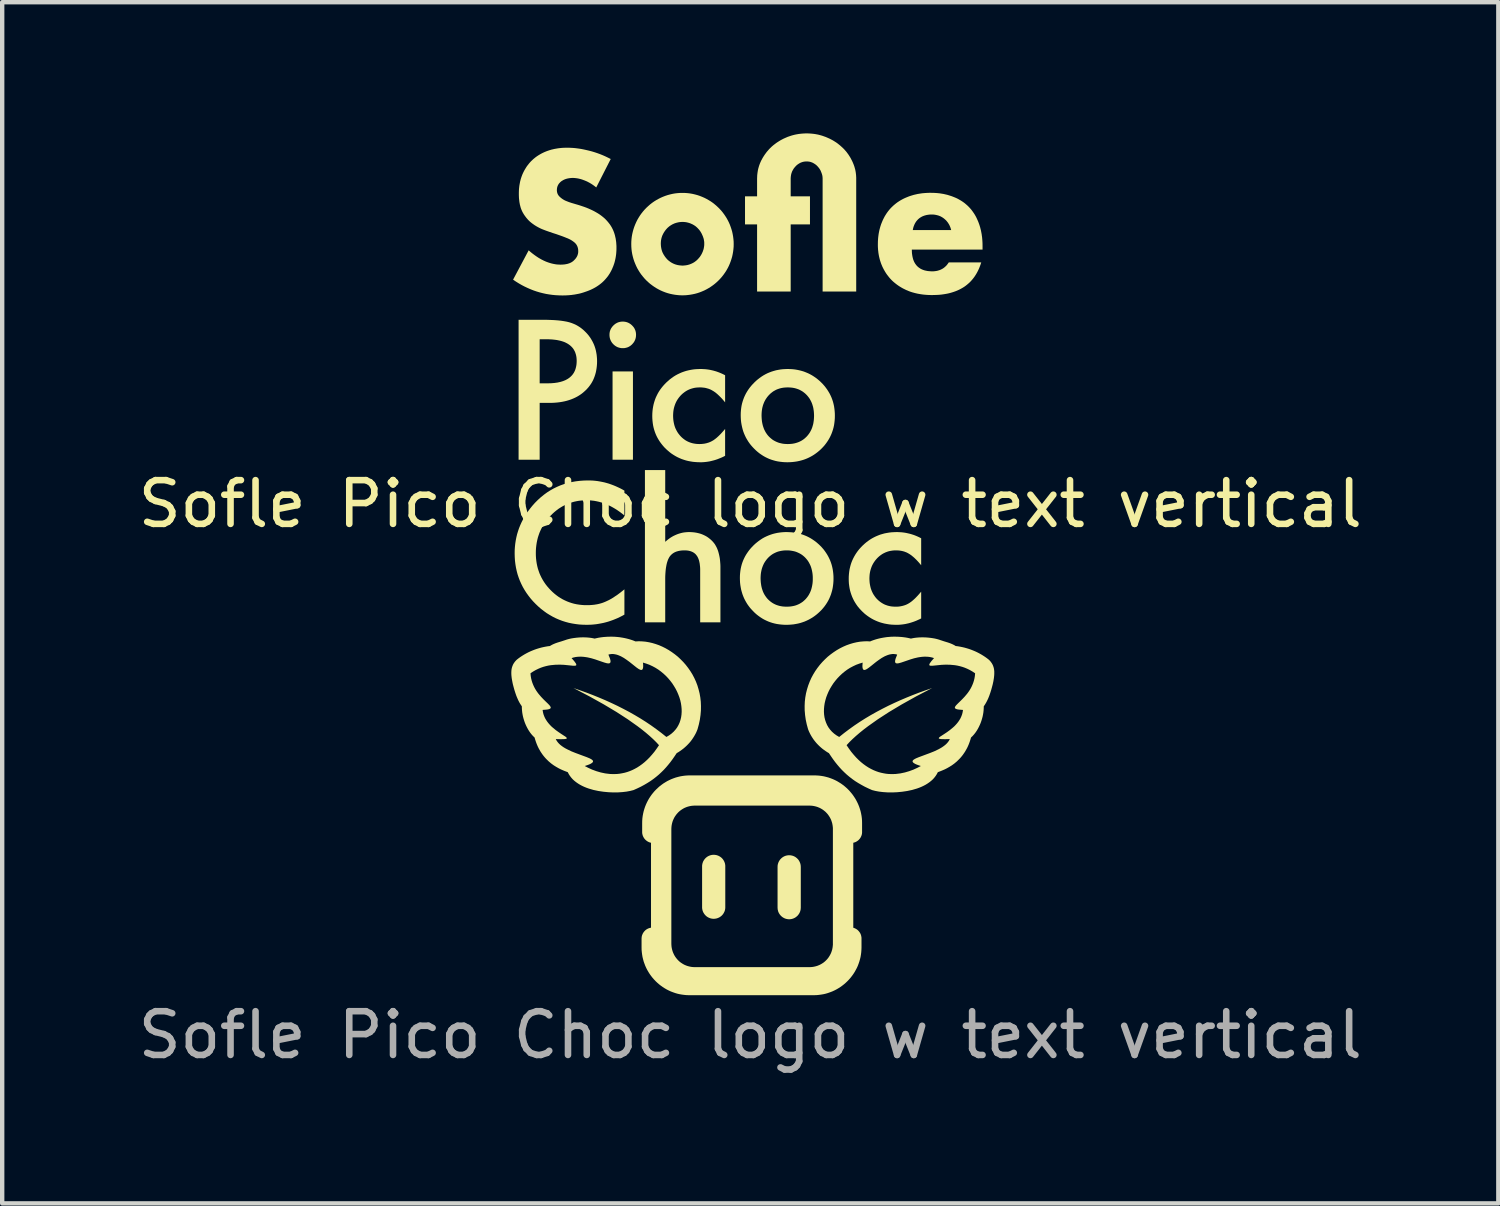
<source format=kicad_pcb>
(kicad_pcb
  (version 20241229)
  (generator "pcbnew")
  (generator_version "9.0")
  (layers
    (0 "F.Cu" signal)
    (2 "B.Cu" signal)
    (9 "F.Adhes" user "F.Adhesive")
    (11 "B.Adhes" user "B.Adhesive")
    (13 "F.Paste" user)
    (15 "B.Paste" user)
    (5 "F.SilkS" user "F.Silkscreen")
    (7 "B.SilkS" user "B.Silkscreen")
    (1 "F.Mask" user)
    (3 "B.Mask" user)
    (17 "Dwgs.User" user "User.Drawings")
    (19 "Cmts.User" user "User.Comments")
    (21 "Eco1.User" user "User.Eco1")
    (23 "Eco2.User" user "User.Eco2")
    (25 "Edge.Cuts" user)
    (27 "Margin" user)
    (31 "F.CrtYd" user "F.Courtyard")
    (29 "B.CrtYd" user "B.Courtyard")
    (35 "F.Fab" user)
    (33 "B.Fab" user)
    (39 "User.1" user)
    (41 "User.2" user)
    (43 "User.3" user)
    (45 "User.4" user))
  (footprint "Sofle Pico Choc logo w text vertical"
    (layer "F.Cu")
    (at 14.101 8.271)
    (property "Reference" "Sofle Pico Choc logo w text vertical" (at 0 0.2 0) (unlocked yes) (layer "F.SilkS") (effects (font (size 1 1) (thickness 0.15))))
    (attr smd)
    (fp_poly (pts (xy -1.55 -6.911) (xy -1.55 -6.911) (xy -1.55 -6.911)) (stroke (width -0.000001) (type solid)) (fill yes) (layer "F.SilkS"))
    (fp_poly (pts (xy 0.889 8.23) (xy 0.889 8.23) (xy 0.889 8.23)) (stroke (width -0.000001) (type solid)) (fill yes) (layer "F.SilkS"))
    (fp_poly (pts (xy -2.682 -0.812) (xy -3.148 -0.812) (xy -3.148 -2.83) (xy -2.682 -2.83)) (stroke (width -0.000001) (type solid)) (fill yes) (layer "F.SilkS"))
    (fp_poly (pts (xy -1.944 1.065) (xy -1.913 1.038) (xy -1.882 1.013) (xy -1.85 0.989) (xy -1.818 0.967) (xy -1.785 0.947) (xy -1.752 0.929) (xy -1.718 0.913) (xy -1.684 0.898) (xy -1.65 0.885) (xy -1.615 0.874) (xy -1.58 0.864) (xy -1.545 0.856) (xy -1.509 0.85) (xy -1.472 0.846) (xy -1.436 0.843) (xy -1.399 0.842) (xy -1.357 0.843) (xy -1.316 0.846) (xy -1.276 0.85) (xy -1.237 0.856) (xy -1.199 0.864) (xy -1.163 0.873) (xy -1.127 0.884) (xy -1.093 0.897) (xy -1.059 0.912) (xy -1.027 0.928) (xy -0.995 0.946) (xy -0.965 0.966) (xy -0.936 0.988) (xy -0.908 1.011) (xy -0.881 1.036) (xy -0.855 1.063) (xy -0.834 1.088) (xy -0.814 1.114) (xy -0.796 1.143) (xy -0.779 1.173) (xy -0.763 1.205) (xy -0.749 1.239) (xy -0.736 1.274) (xy -0.725 1.312) (xy -0.715 1.351) (xy -0.706 1.392) (xy -0.698 1.434) (xy -0.692 1.479) (xy -0.688 1.525) (xy -0.684 1.573) (xy -0.682 1.623) (xy -0.682 1.675) (xy -0.682 2.905) (xy -1.145 2.905) (xy -1.145 1.718) (xy -1.145 1.688) (xy -1.146 1.66) (xy -1.148 1.632) (xy -1.151 1.606) (xy -1.154 1.58) (xy -1.157 1.556) (xy -1.162 1.533) (xy -1.167 1.51) (xy -1.172 1.489) (xy -1.179 1.469) (xy -1.186 1.45) (xy -1.194 1.432) (xy -1.202 1.415) (xy -1.211 1.399) (xy -1.221 1.384) (xy -1.232 1.37) (xy -1.243 1.356) (xy -1.248 1.35) (xy -1.254 1.344) (xy -1.261 1.338) (xy -1.267 1.333) (xy -1.28 1.322) (xy -1.295 1.312) (xy -1.31 1.303) (xy -1.326 1.295) (xy -1.342 1.288) (xy -1.36 1.281) (xy -1.378 1.276) (xy -1.397 1.271) (xy -1.417 1.267) (xy -1.438 1.264) (xy -1.46 1.262) (xy -1.482 1.261) (xy -1.506 1.261) (xy -1.535 1.261) (xy -1.564 1.263) (xy -1.592 1.266) (xy -1.618 1.27) (xy -1.643 1.275) (xy -1.668 1.282) (xy -1.691 1.289) (xy -1.713 1.298) (xy -1.734 1.308) (xy -1.753 1.319) (xy -1.772 1.332) (xy -1.789 1.345) (xy -1.805 1.36) (xy -1.821 1.376) (xy -1.835 1.393) (xy -1.848 1.411) (xy -1.859 1.431) (xy -1.87 1.452) (xy -1.881 1.476) (xy -1.89 1.501) (xy -1.899 1.528) (xy -1.907 1.556) (xy -1.914 1.586) (xy -1.92 1.618) (xy -1.926 1.652) (xy -1.931 1.687) (xy -1.935 1.724) (xy -1.938 1.762) (xy -1.941 1.803) (xy -1.943 1.845) (xy -1.944 1.889) (xy -1.944 1.934) (xy -1.944 2.905) (xy -2.408 2.905) (xy -2.408 -0.575) (xy -1.944 -0.575)) (stroke (width -0.000001) (type solid)) (fill yes) (layer "F.SilkS"))
    (fp_poly (pts (xy -2.9 -3.969) (xy -2.885 -3.968) (xy -2.87 -3.966) (xy -2.855 -3.964) (xy -2.841 -3.96) (xy -2.826 -3.957) (xy -2.812 -3.952) (xy -2.799 -3.947) (xy -2.785 -3.941) (xy -2.772 -3.934) (xy -2.76 -3.927) (xy -2.747 -3.919) (xy -2.735 -3.91) (xy -2.723 -3.901) (xy -2.712 -3.891) (xy -2.7 -3.88) (xy -2.69 -3.869) (xy -2.68 -3.858) (xy -2.67 -3.846) (xy -2.661 -3.834) (xy -2.653 -3.822) (xy -2.646 -3.809) (xy -2.64 -3.796) (xy -2.634 -3.783) (xy -2.628 -3.77) (xy -2.624 -3.756) (xy -2.62 -3.742) (xy -2.617 -3.727) (xy -2.614 -3.713) (xy -2.613 -3.698) (xy -2.612 -3.682) (xy -2.611 -3.667) (xy -2.612 -3.651) (xy -2.613 -3.636) (xy -2.614 -3.621) (xy -2.617 -3.606) (xy -2.62 -3.591) (xy -2.624 -3.577) (xy -2.628 -3.563) (xy -2.634 -3.55) (xy -2.64 -3.536) (xy -2.646 -3.523) (xy -2.653 -3.511) (xy -2.661 -3.498) (xy -2.67 -3.486) (xy -2.68 -3.474) (xy -2.69 -3.462) (xy -2.7 -3.451) (xy -2.711 -3.44) (xy -2.723 -3.43) (xy -2.734 -3.421) (xy -2.746 -3.412) (xy -2.759 -3.404) (xy -2.771 -3.397) (xy -2.784 -3.39) (xy -2.797 -3.384) (xy -2.811 -3.379) (xy -2.825 -3.375) (xy -2.839 -3.371) (xy -2.853 -3.368) (xy -2.868 -3.365) (xy -2.883 -3.363) (xy -2.898 -3.362) (xy -2.914 -3.362) (xy -2.929 -3.362) (xy -2.945 -3.363) (xy -2.96 -3.365) (xy -2.975 -3.368) (xy -2.989 -3.371) (xy -3.003 -3.375) (xy -3.017 -3.379) (xy -3.031 -3.384) (xy -3.044 -3.39) (xy -3.057 -3.397) (xy -3.07 -3.404) (xy -3.082 -3.412) (xy -3.095 -3.421) (xy -3.106 -3.43) (xy -3.118 -3.44) (xy -3.129 -3.451) (xy -3.14 -3.462) (xy -3.15 -3.474) (xy -3.16 -3.486) (xy -3.168 -3.498) (xy -3.176 -3.511) (xy -3.184 -3.524) (xy -3.19 -3.537) (xy -3.196 -3.55) (xy -3.201 -3.564) (xy -3.206 -3.578) (xy -3.21 -3.592) (xy -3.213 -3.607) (xy -3.215 -3.622) (xy -3.217 -3.637) (xy -3.218 -3.653) (xy -3.218 -3.669) (xy -3.218 -3.684) (xy -3.217 -3.699) (xy -3.215 -3.713) (xy -3.213 -3.728) (xy -3.21 -3.742) (xy -3.206 -3.756) (xy -3.201 -3.769) (xy -3.196 -3.783) (xy -3.19 -3.796) (xy -3.184 -3.809) (xy -3.176 -3.821) (xy -3.168 -3.833) (xy -3.16 -3.845) (xy -3.15 -3.857) (xy -3.14 -3.869) (xy -3.129 -3.88) (xy -3.118 -3.891) (xy -3.106 -3.901) (xy -3.095 -3.91) (xy -3.083 -3.919) (xy -3.07 -3.927) (xy -3.057 -3.934) (xy -3.045 -3.941) (xy -3.031 -3.947) (xy -3.018 -3.952) (xy -3.004 -3.957) (xy -2.99 -3.96) (xy -2.976 -3.964) (xy -2.961 -3.966) (xy -2.946 -3.968) (xy -2.931 -3.969) (xy -2.916 -3.969)) (stroke (width -0.000001) (type solid)) (fill yes) (layer "F.SilkS"))
    (fp_poly (pts (xy 0.902 8.23) (xy 0.916 8.231) (xy 0.928 8.233) (xy 0.941 8.235) (xy 0.954 8.238) (xy 0.966 8.241) (xy 0.979 8.245) (xy 0.991 8.25) (xy 1.003 8.255) (xy 1.014 8.261) (xy 1.026 8.267) (xy 1.036 8.274) (xy 1.047 8.282) (xy 1.057 8.29) (xy 1.067 8.298) (xy 1.077 8.308) (xy 1.086 8.317) (xy 1.095 8.327) (xy 1.103 8.337) (xy 1.11 8.348) (xy 1.117 8.359) (xy 1.123 8.37) (xy 1.129 8.382) (xy 1.134 8.394) (xy 1.139 8.406) (xy 1.143 8.418) (xy 1.147 8.43) (xy 1.149 8.443) (xy 1.152 8.456) (xy 1.153 8.469) (xy 1.154 8.482) (xy 1.155 8.495) (xy 1.155 9.428) (xy 1.154 9.441) (xy 1.153 9.455) (xy 1.152 9.468) (xy 1.149 9.481) (xy 1.146 9.494) (xy 1.143 9.507) (xy 1.138 9.519) (xy 1.134 9.531) (xy 1.128 9.543) (xy 1.123 9.554) (xy 1.116 9.565) (xy 1.109 9.576) (xy 1.102 9.586) (xy 1.094 9.596) (xy 1.086 9.606) (xy 1.077 9.615) (xy 1.068 9.624) (xy 1.058 9.632) (xy 1.048 9.64) (xy 1.038 9.648) (xy 1.027 9.654) (xy 1.016 9.661) (xy 1.004 9.667) (xy 0.993 9.672) (xy 0.981 9.677) (xy 0.968 9.681) (xy 0.956 9.685) (xy 0.943 9.688) (xy 0.93 9.69) (xy 0.916 9.692) (xy 0.903 9.693) (xy 0.889 9.693) (xy 0.876 9.693) (xy 0.862 9.692) (xy 0.849 9.69) (xy 0.836 9.687) (xy 0.823 9.685) (xy 0.81 9.681) (xy 0.798 9.677) (xy 0.786 9.672) (xy 0.774 9.667) (xy 0.763 9.661) (xy 0.752 9.654) (xy 0.741 9.648) (xy 0.731 9.64) (xy 0.721 9.632) (xy 0.711 9.624) (xy 0.702 9.615) (xy 0.693 9.606) (xy 0.685 9.596) (xy 0.677 9.586) (xy 0.669 9.576) (xy 0.663 9.565) (xy 0.656 9.554) (xy 0.65 9.543) (xy 0.645 9.531) (xy 0.64 9.519) (xy 0.636 9.507) (xy 0.633 9.494) (xy 0.63 9.481) (xy 0.627 9.468) (xy 0.626 9.455) (xy 0.625 9.441) (xy 0.624 9.428) (xy 0.624 8.495) (xy 0.625 8.482) (xy 0.625 8.469) (xy 0.627 8.456) (xy 0.629 8.443) (xy 0.632 8.431) (xy 0.636 8.418) (xy 0.64 8.406) (xy 0.644 8.394) (xy 0.65 8.382) (xy 0.655 8.37) (xy 0.662 8.359) (xy 0.669 8.348) (xy 0.676 8.337) (xy 0.684 8.327) (xy 0.693 8.317) (xy 0.702 8.308) (xy 0.711 8.299) (xy 0.721 8.29) (xy 0.732 8.282) (xy 0.742 8.274) (xy 0.753 8.268) (xy 0.764 8.261) (xy 0.776 8.255) (xy 0.788 8.25) (xy 0.8 8.245) (xy 0.812 8.241) (xy 0.825 8.238) (xy 0.837 8.235) (xy 0.85 8.233) (xy 0.863 8.231) (xy 0.876 8.23) (xy 0.889 8.23)) (stroke (width -0.000001) (type solid)) (fill yes) (layer "F.SilkS"))
    (fp_poly (pts (xy -0.822 8.22) (xy -0.809 8.221) (xy -0.795 8.223) (xy -0.782 8.225) (xy -0.769 8.228) (xy -0.757 8.231) (xy -0.745 8.236) (xy -0.732 8.24) (xy -0.721 8.246) (xy -0.709 8.252) (xy -0.698 8.258) (xy -0.687 8.265) (xy -0.677 8.272) (xy -0.667 8.28) (xy -0.657 8.288) (xy -0.648 8.297) (xy -0.639 8.306) (xy -0.631 8.316) (xy -0.623 8.326) (xy -0.616 8.336) (xy -0.609 8.347) (xy -0.603 8.358) (xy -0.597 8.37) (xy -0.591 8.382) (xy -0.587 8.394) (xy -0.582 8.406) (xy -0.579 8.418) (xy -0.576 8.431) (xy -0.574 8.444) (xy -0.572 8.458) (xy -0.571 8.471) (xy -0.571 8.485) (xy -0.571 9.417) (xy -0.571 9.431) (xy -0.572 9.444) (xy -0.574 9.458) (xy -0.576 9.471) (xy -0.579 9.484) (xy -0.582 9.496) (xy -0.587 9.509) (xy -0.591 9.521) (xy -0.597 9.532) (xy -0.603 9.544) (xy -0.609 9.555) (xy -0.616 9.566) (xy -0.623 9.576) (xy -0.631 9.586) (xy -0.639 9.596) (xy -0.648 9.605) (xy -0.657 9.614) (xy -0.667 9.622) (xy -0.677 9.63) (xy -0.687 9.637) (xy -0.698 9.644) (xy -0.709 9.651) (xy -0.721 9.656) (xy -0.733 9.662) (xy -0.745 9.666) (xy -0.757 9.671) (xy -0.769 9.674) (xy -0.782 9.677) (xy -0.795 9.679) (xy -0.809 9.681) (xy -0.822 9.682) (xy -0.836 9.683) (xy -0.849 9.682) (xy -0.862 9.681) (xy -0.875 9.68) (xy -0.888 9.677) (xy -0.9 9.675) (xy -0.913 9.671) (xy -0.925 9.667) (xy -0.937 9.662) (xy -0.949 9.657) (xy -0.961 9.651) (xy -0.972 9.645) (xy -0.983 9.638) (xy -0.994 9.631) (xy -1.004 9.622) (xy -1.014 9.614) (xy -1.023 9.605) (xy -1.032 9.595) (xy -1.041 9.585) (xy -1.049 9.575) (xy -1.056 9.564) (xy -1.063 9.553) (xy -1.07 9.542) (xy -1.076 9.531) (xy -1.081 9.519) (xy -1.086 9.507) (xy -1.09 9.494) (xy -1.093 9.482) (xy -1.096 9.469) (xy -1.098 9.456) (xy -1.1 9.444) (xy -1.101 9.43) (xy -1.101 9.417) (xy -1.101 8.485) (xy -1.101 8.472) (xy -1.1 8.458) (xy -1.098 8.446) (xy -1.096 8.433) (xy -1.093 8.42) (xy -1.09 8.408) (xy -1.085 8.395) (xy -1.081 8.383) (xy -1.076 8.371) (xy -1.07 8.36) (xy -1.063 8.349) (xy -1.056 8.338) (xy -1.049 8.327) (xy -1.041 8.317) (xy -1.032 8.307) (xy -1.023 8.297) (xy -1.014 8.288) (xy -1.004 8.28) (xy -0.994 8.272) (xy -0.983 8.264) (xy -0.972 8.257) (xy -0.961 8.251) (xy -0.949 8.245) (xy -0.937 8.24) (xy -0.925 8.235) (xy -0.913 8.231) (xy -0.9 8.227) (xy -0.888 8.225) (xy -0.875 8.222) (xy -0.862 8.221) (xy -0.849 8.22) (xy -0.836 8.22) (xy -0.836 8.22)) (stroke (width -0.000001) (type solid)) (fill yes) (layer "F.SilkS"))
    (fp_poly (pts (xy -4.652 -4.01) (xy -4.561 -4.007) (xy -4.476 -4.003) (xy -4.397 -3.997) (xy -4.324 -3.989) (xy -4.257 -3.979) (xy -4.197 -3.968) (xy -4.142 -3.955) (xy -4.117 -3.947) (xy -4.091 -3.939) (xy -4.067 -3.93) (xy -4.042 -3.92) (xy -4.018 -3.91) (xy -3.994 -3.899) (xy -3.971 -3.887) (xy -3.948 -3.874) (xy -3.925 -3.86) (xy -3.903 -3.846) (xy -3.881 -3.831) (xy -3.86 -3.815) (xy -3.839 -3.798) (xy -3.818 -3.781) (xy -3.798 -3.762) (xy -3.778 -3.743) (xy -3.745 -3.709) (xy -3.713 -3.674) (xy -3.684 -3.637) (xy -3.657 -3.6) (xy -3.633 -3.561) (xy -3.61 -3.521) (xy -3.59 -3.481) (xy -3.571 -3.439) (xy -3.555 -3.396) (xy -3.541 -3.352) (xy -3.529 -3.306) (xy -3.52 -3.26) (xy -3.512 -3.213) (xy -3.507 -3.164) (xy -3.503 -3.115) (xy -3.502 -3.064) (xy -3.503 -3.01) (xy -3.507 -2.957) (xy -3.513 -2.905) (xy -3.521 -2.856) (xy -3.531 -2.807) (xy -3.544 -2.76) (xy -3.559 -2.714) (xy -3.576 -2.67) (xy -3.595 -2.627) (xy -3.617 -2.586) (xy -3.641 -2.546) (xy -3.668 -2.508) (xy -3.697 -2.47) (xy -3.728 -2.435) (xy -3.761 -2.401) (xy -3.797 -2.368) (xy -3.834 -2.337) (xy -3.873 -2.307) (xy -3.914 -2.28) (xy -3.956 -2.255) (xy -4 -2.232) (xy -4.046 -2.211) (xy -4.093 -2.192) (xy -4.142 -2.175) (xy -4.192 -2.16) (xy -4.244 -2.147) (xy -4.298 -2.136) (xy -4.353 -2.127) (xy -4.41 -2.12) (xy -4.468 -2.115) (xy -4.528 -2.112) (xy -4.59 -2.111) (xy -4.814 -2.111) (xy -4.814 -0.812) (xy -5.296 -0.812) (xy -5.296 -3.565) (xy -4.814 -3.565) (xy -4.814 -2.558) (xy -4.633 -2.558) (xy -4.553 -2.56) (xy -4.478 -2.566) (xy -4.407 -2.576) (xy -4.343 -2.59) (xy -4.312 -2.599) (xy -4.283 -2.608) (xy -4.255 -2.619) (xy -4.228 -2.63) (xy -4.203 -2.643) (xy -4.179 -2.656) (xy -4.156 -2.671) (xy -4.135 -2.686) (xy -4.115 -2.703) (xy -4.096 -2.72) (xy -4.078 -2.739) (xy -4.062 -2.758) (xy -4.047 -2.779) (xy -4.033 -2.8) (xy -4.021 -2.823) (xy -4.01 -2.846) (xy -4 -2.871) (xy -3.992 -2.896) (xy -3.985 -2.923) (xy -3.979 -2.95) (xy -3.974 -2.979) (xy -3.971 -3.008) (xy -3.969 -3.039) (xy -3.968 -3.07) (xy -3.969 -3.1) (xy -3.971 -3.13) (xy -3.974 -3.158) (xy -3.979 -3.186) (xy -3.985 -3.213) (xy -3.993 -3.238) (xy -4.001 -3.263) (xy -4.011 -3.287) (xy -4.023 -3.309) (xy -4.035 -3.331) (xy -4.049 -3.352) (xy -4.065 -3.372) (xy -4.082 -3.391) (xy -4.1 -3.408) (xy -4.119 -3.425) (xy -4.14 -3.441) (xy -4.162 -3.456) (xy -4.185 -3.47) (xy -4.21 -3.483) (xy -4.236 -3.496) (xy -4.264 -3.507) (xy -4.293 -3.517) (xy -4.323 -3.526) (xy -4.354 -3.534) (xy -4.387 -3.541) (xy -4.421 -3.548) (xy -4.457 -3.553) (xy -4.493 -3.557) (xy -4.532 -3.561) (xy -4.571 -3.563) (xy -4.612 -3.565) (xy -4.654 -3.565) (xy -4.814 -3.565) (xy -5.296 -3.565) (xy -5.296 -4.011) (xy -4.75 -4.011)) (stroke (width -0.000001) (type solid)) (fill yes) (layer "F.SilkS"))
    (fp_poly (pts (xy -3.652 -0.337) (xy -3.598 -0.335) (xy -3.545 -0.33) (xy -3.493 -0.324) (xy -3.44 -0.315) (xy -3.388 -0.305) (xy -3.336 -0.294) (xy -3.284 -0.28) (xy -3.232 -0.265) (xy -3.181 -0.247) (xy -3.13 -0.228) (xy -3.079 -0.207) (xy -3.028 -0.184) (xy -2.977 -0.16) (xy -2.927 -0.134) (xy -2.877 -0.105) (xy -2.877 0.463) (xy -2.929 0.421) (xy -2.981 0.382) (xy -3.034 0.345) (xy -3.087 0.311) (xy -3.14 0.28) (xy -3.193 0.251) (xy -3.247 0.225) (xy -3.3 0.202) (xy -3.354 0.182) (xy -3.408 0.164) (xy -3.463 0.149) (xy -3.517 0.137) (xy -3.572 0.127) (xy -3.627 0.121) (xy -3.683 0.116) (xy -3.738 0.115) (xy -3.799 0.116) (xy -3.858 0.121) (xy -3.917 0.127) (xy -3.974 0.137) (xy -4.029 0.149) (xy -4.084 0.165) (xy -4.138 0.182) (xy -4.19 0.203) (xy -4.241 0.227) (xy -4.291 0.253) (xy -4.339 0.282) (xy -4.387 0.313) (xy -4.433 0.348) (xy -4.478 0.385) (xy -4.522 0.425) (xy -4.564 0.467) (xy -4.605 0.512) (xy -4.643 0.557) (xy -4.679 0.604) (xy -4.712 0.652) (xy -4.742 0.702) (xy -4.77 0.752) (xy -4.795 0.804) (xy -4.818 0.857) (xy -4.837 0.911) (xy -4.855 0.966) (xy -4.869 1.023) (xy -4.881 1.081) (xy -4.89 1.14) (xy -4.897 1.2) (xy -4.901 1.262) (xy -4.902 1.324) (xy -4.901 1.386) (xy -4.897 1.447) (xy -4.89 1.507) (xy -4.881 1.565) (xy -4.869 1.622) (xy -4.855 1.678) (xy -4.837 1.732) (xy -4.818 1.786) (xy -4.795 1.838) (xy -4.77 1.889) (xy -4.742 1.939) (xy -4.712 1.987) (xy -4.679 2.035) (xy -4.643 2.081) (xy -4.605 2.125) (xy -4.564 2.169) (xy -4.521 2.211) (xy -4.477 2.25) (xy -4.432 2.286) (xy -4.386 2.32) (xy -4.338 2.35) (xy -4.289 2.379) (xy -4.239 2.404) (xy -4.188 2.427) (xy -4.136 2.447) (xy -4.082 2.465) (xy -4.028 2.48) (xy -3.972 2.492) (xy -3.915 2.501) (xy -3.856 2.508) (xy -3.797 2.512) (xy -3.736 2.513) (xy -3.705 2.513) (xy -3.674 2.512) (xy -3.644 2.51) (xy -3.614 2.508) (xy -3.585 2.505) (xy -3.557 2.502) (xy -3.529 2.497) (xy -3.502 2.493) (xy -3.475 2.487) (xy -3.449 2.481) (xy -3.424 2.474) (xy -3.399 2.467) (xy -3.375 2.459) (xy -3.351 2.45) (xy -3.328 2.441) (xy -3.305 2.431) (xy -3.281 2.42) (xy -3.256 2.408) (xy -3.23 2.396) (xy -3.205 2.382) (xy -3.179 2.368) (xy -3.154 2.353) (xy -3.128 2.337) (xy -3.102 2.319) (xy -3.075 2.301) (xy -3.047 2.283) (xy -3.02 2.263) (xy -2.992 2.242) (xy -2.964 2.221) (xy -2.935 2.198) (xy -2.906 2.175) (xy -2.877 2.151) (xy -2.877 2.729) (xy -2.929 2.758) (xy -2.981 2.784) (xy -3.033 2.809) (xy -3.086 2.831) (xy -3.138 2.852) (xy -3.192 2.871) (xy -3.245 2.889) (xy -3.299 2.904) (xy -3.354 2.918) (xy -3.408 2.929) (xy -3.463 2.939) (xy -3.518 2.948) (xy -3.574 2.954) (xy -3.63 2.959) (xy -3.686 2.961) (xy -3.742 2.962) (xy -3.827 2.96) (xy -3.91 2.955) (xy -3.991 2.945) (xy -4.071 2.932) (xy -4.149 2.916) (xy -4.226 2.895) (xy -4.301 2.871) (xy -4.374 2.843) (xy -4.446 2.812) (xy -4.517 2.776) (xy -4.585 2.737) (xy -4.653 2.695) (xy -4.718 2.648) (xy -4.783 2.598) (xy -4.845 2.544) (xy -4.906 2.486) (xy -4.964 2.426) (xy -5.019 2.363) (xy -5.069 2.299) (xy -5.116 2.234) (xy -5.159 2.167) (xy -5.199 2.098) (xy -5.234 2.028) (xy -5.266 1.957) (xy -5.294 1.884) (xy -5.319 1.809) (xy -5.339 1.733) (xy -5.356 1.655) (xy -5.369 1.576) (xy -5.379 1.495) (xy -5.384 1.412) (xy -5.386 1.329) (xy -5.385 1.253) (xy -5.38 1.179) (xy -5.372 1.105) (xy -5.361 1.033) (xy -5.347 0.962) (xy -5.33 0.891) (xy -5.309 0.822) (xy -5.286 0.754) (xy -5.259 0.687) (xy -5.229 0.62) (xy -5.196 0.555) (xy -5.16 0.491) (xy -5.121 0.428) (xy -5.079 0.366) (xy -5.033 0.305) (xy -4.985 0.245) (xy -4.922 0.174) (xy -4.856 0.108) (xy -4.789 0.047) (xy -4.719 -0.01) (xy -4.647 -0.063) (xy -4.573 -0.11) (xy -4.496 -0.154) (xy -4.417 -0.192) (xy -4.336 -0.227) (xy -4.253 -0.256) (xy -4.167 -0.281) (xy -4.079 -0.302) (xy -3.989 -0.318) (xy -3.897 -0.329) (xy -3.802 -0.336) (xy -3.705 -0.338)) (stroke (width -0.000001) (type solid)) (fill yes) (layer "F.SilkS"))
    (fp_poly (pts (xy -1.101 -2.885) (xy -1.064 -2.883) (xy -1.027 -2.881) (xy -0.991 -2.877) (xy -0.955 -2.872) (xy -0.919 -2.866) (xy -0.883 -2.858) (xy -0.848 -2.85) (xy -0.813 -2.84) (xy -0.778 -2.83) (xy -0.744 -2.818) (xy -0.709 -2.805) (xy -0.675 -2.791) (xy -0.641 -2.776) (xy -0.608 -2.76) (xy -0.575 -2.743) (xy -0.575 -2.123) (xy -0.614 -2.17) (xy -0.633 -2.192) (xy -0.652 -2.213) (xy -0.671 -2.233) (xy -0.69 -2.252) (xy -0.708 -2.27) (xy -0.726 -2.287) (xy -0.744 -2.304) (xy -0.761 -2.319) (xy -0.778 -2.333) (xy -0.795 -2.347) (xy -0.812 -2.359) (xy -0.828 -2.37) (xy -0.845 -2.381) (xy -0.861 -2.39) (xy -0.876 -2.399) (xy -0.892 -2.408) (xy -0.909 -2.416) (xy -0.925 -2.423) (xy -0.942 -2.43) (xy -0.96 -2.436) (xy -0.978 -2.441) (xy -0.996 -2.446) (xy -1.014 -2.451) (xy -1.033 -2.455) (xy -1.052 -2.458) (xy -1.071 -2.46) (xy -1.091 -2.462) (xy -1.111 -2.464) (xy -1.132 -2.465) (xy -1.153 -2.465) (xy -1.185 -2.464) (xy -1.217 -2.462) (xy -1.248 -2.459) (xy -1.279 -2.454) (xy -1.308 -2.447) (xy -1.337 -2.439) (xy -1.366 -2.43) (xy -1.393 -2.419) (xy -1.42 -2.407) (xy -1.447 -2.393) (xy -1.472 -2.378) (xy -1.497 -2.361) (xy -1.521 -2.343) (xy -1.545 -2.324) (xy -1.568 -2.303) (xy -1.59 -2.281) (xy -1.611 -2.257) (xy -1.631 -2.233) (xy -1.649 -2.208) (xy -1.666 -2.183) (xy -1.682 -2.156) (xy -1.696 -2.129) (xy -1.709 -2.101) (xy -1.72 -2.073) (xy -1.73 -2.044) (xy -1.739 -2.014) (xy -1.747 -1.983) (xy -1.753 -1.952) (xy -1.758 -1.919) (xy -1.761 -1.887) (xy -1.763 -1.853) (xy -1.764 -1.819) (xy -1.763 -1.784) (xy -1.761 -1.749) (xy -1.758 -1.716) (xy -1.753 -1.683) (xy -1.747 -1.651) (xy -1.74 -1.62) (xy -1.732 -1.59) (xy -1.722 -1.56) (xy -1.711 -1.531) (xy -1.698 -1.504) (xy -1.684 -1.476) (xy -1.669 -1.45) (xy -1.653 -1.424) (xy -1.635 -1.4) (xy -1.616 -1.376) (xy -1.596 -1.353) (xy -1.574 -1.33) (xy -1.552 -1.31) (xy -1.529 -1.291) (xy -1.505 -1.273) (xy -1.481 -1.256) (xy -1.455 -1.241) (xy -1.43 -1.228) (xy -1.403 -1.216) (xy -1.375 -1.205) (xy -1.347 -1.196) (xy -1.318 -1.188) (xy -1.289 -1.182) (xy -1.258 -1.177) (xy -1.227 -1.173) (xy -1.196 -1.171) (xy -1.163 -1.17) (xy -1.142 -1.171) (xy -1.122 -1.171) (xy -1.101 -1.173) (xy -1.082 -1.175) (xy -1.062 -1.177) (xy -1.043 -1.18) (xy -1.024 -1.184) (xy -1.005 -1.188) (xy -0.987 -1.193) (xy -0.969 -1.199) (xy -0.951 -1.204) (xy -0.933 -1.211) (xy -0.916 -1.218) (xy -0.899 -1.226) (xy -0.883 -1.234) (xy -0.867 -1.243) (xy -0.851 -1.252) (xy -0.835 -1.262) (xy -0.819 -1.274) (xy -0.802 -1.286) (xy -0.785 -1.3) (xy -0.767 -1.314) (xy -0.75 -1.33) (xy -0.732 -1.346) (xy -0.713 -1.364) (xy -0.694 -1.383) (xy -0.675 -1.402) (xy -0.656 -1.423) (xy -0.636 -1.445) (xy -0.616 -1.468) (xy -0.595 -1.491) (xy -0.575 -1.516) (xy -0.575 -0.901) (xy -0.61 -0.883) (xy -0.646 -0.866) (xy -0.681 -0.851) (xy -0.717 -0.837) (xy -0.752 -0.823) (xy -0.788 -0.811) (xy -0.823 -0.8) (xy -0.858 -0.791) (xy -0.894 -0.782) (xy -0.929 -0.774) (xy -0.965 -0.768) (xy -1 -0.763) (xy -1.036 -0.759) (xy -1.071 -0.756) (xy -1.107 -0.754) (xy -1.142 -0.754) (xy -1.2 -0.755) (xy -1.257 -0.759) (xy -1.312 -0.764) (xy -1.367 -0.773) (xy -1.42 -0.783) (xy -1.472 -0.796) (xy -1.523 -0.812) (xy -1.572 -0.829) (xy -1.621 -0.85) (xy -1.668 -0.872) (xy -1.714 -0.897) (xy -1.758 -0.924) (xy -1.802 -0.953) (xy -1.844 -0.985) (xy -1.885 -1.02) (xy -1.925 -1.056) (xy -1.964 -1.095) (xy -1.999 -1.135) (xy -2.032 -1.176) (xy -2.063 -1.218) (xy -2.091 -1.261) (xy -2.117 -1.305) (xy -2.141 -1.351) (xy -2.162 -1.398) (xy -2.18 -1.445) (xy -2.196 -1.494) (xy -2.21 -1.545) (xy -2.221 -1.596) (xy -2.229 -1.648) (xy -2.235 -1.702) (xy -2.239 -1.757) (xy -2.24 -1.812) (xy -2.239 -1.868) (xy -2.235 -1.923) (xy -2.229 -1.977) (xy -2.22 -2.029) (xy -2.209 -2.081) (xy -2.195 -2.131) (xy -2.179 -2.181) (xy -2.161 -2.229) (xy -2.139 -2.276) (xy -2.116 -2.322) (xy -2.09 -2.367) (xy -2.061 -2.411) (xy -2.03 -2.453) (xy -1.996 -2.495) (xy -1.96 -2.535) (xy -1.921 -2.575) (xy -1.881 -2.612) (xy -1.839 -2.648) (xy -1.797 -2.68) (xy -1.753 -2.711) (xy -1.708 -2.739) (xy -1.662 -2.764) (xy -1.614 -2.787) (xy -1.566 -2.808) (xy -1.516 -2.826) (xy -1.466 -2.842) (xy -1.414 -2.855) (xy -1.361 -2.866) (xy -1.307 -2.875) (xy -1.252 -2.881) (xy -1.196 -2.884) (xy -1.138 -2.886)) (stroke (width -0.000001) (type solid)) (fill yes) (layer "F.SilkS"))
    (fp_poly (pts (xy 3.384 0.843) (xy 3.42 0.845) (xy 3.457 0.847) (xy 3.493 0.851) (xy 3.529 0.856) (xy 3.564 0.862) (xy 3.6 0.87) (xy 3.635 0.878) (xy 3.67 0.887) (xy 3.705 0.898) (xy 3.739 0.909) (xy 3.773 0.922) (xy 3.807 0.936) (xy 3.841 0.951) (xy 3.874 0.967) (xy 3.907 0.984) (xy 3.907 1.6) (xy 3.868 1.554) (xy 3.849 1.532) (xy 3.83 1.511) (xy 3.811 1.491) (xy 3.793 1.472) (xy 3.774 1.454) (xy 3.757 1.437) (xy 3.739 1.421) (xy 3.722 1.406) (xy 3.704 1.392) (xy 3.688 1.378) (xy 3.671 1.366) (xy 3.655 1.355) (xy 3.638 1.344) (xy 3.623 1.335) (xy 3.607 1.326) (xy 3.591 1.317) (xy 3.575 1.309) (xy 3.558 1.302) (xy 3.541 1.296) (xy 3.524 1.289) (xy 3.506 1.284) (xy 3.488 1.279) (xy 3.47 1.275) (xy 3.451 1.271) (xy 3.432 1.268) (xy 3.413 1.265) (xy 3.393 1.263) (xy 3.373 1.262) (xy 3.353 1.261) (xy 3.332 1.261) (xy 3.3 1.261) (xy 3.268 1.263) (xy 3.237 1.267) (xy 3.207 1.272) (xy 3.177 1.278) (xy 3.148 1.286) (xy 3.12 1.296) (xy 3.093 1.306) (xy 3.066 1.319) (xy 3.04 1.332) (xy 3.014 1.347) (xy 2.99 1.364) (xy 2.965 1.382) (xy 2.942 1.401) (xy 2.919 1.422) (xy 2.897 1.444) (xy 2.877 1.467) (xy 2.857 1.491) (xy 2.839 1.516) (xy 2.822 1.541) (xy 2.806 1.568) (xy 2.792 1.594) (xy 2.779 1.622) (xy 2.768 1.65) (xy 2.758 1.679) (xy 2.749 1.709) (xy 2.741 1.74) (xy 2.735 1.771) (xy 2.73 1.803) (xy 2.727 1.836) (xy 2.725 1.869) (xy 2.724 1.903) (xy 2.725 1.938) (xy 2.727 1.972) (xy 2.73 2.006) (xy 2.735 2.038) (xy 2.741 2.07) (xy 2.748 2.101) (xy 2.756 2.131) (xy 2.766 2.16) (xy 2.777 2.189) (xy 2.79 2.217) (xy 2.803 2.244) (xy 2.818 2.27) (xy 2.835 2.295) (xy 2.852 2.32) (xy 2.871 2.344) (xy 2.891 2.367) (xy 2.913 2.389) (xy 2.935 2.409) (xy 2.958 2.428) (xy 2.982 2.446) (xy 3.006 2.462) (xy 3.031 2.477) (xy 3.057 2.491) (xy 3.083 2.503) (xy 3.111 2.513) (xy 3.139 2.523) (xy 3.167 2.53) (xy 3.197 2.537) (xy 3.227 2.542) (xy 3.258 2.545) (xy 3.29 2.547) (xy 3.322 2.548) (xy 3.343 2.548) (xy 3.363 2.547) (xy 3.383 2.546) (xy 3.403 2.544) (xy 3.422 2.541) (xy 3.442 2.538) (xy 3.46 2.534) (xy 3.479 2.53) (xy 3.497 2.525) (xy 3.515 2.52) (xy 3.533 2.514) (xy 3.55 2.508) (xy 3.567 2.501) (xy 3.584 2.493) (xy 3.6 2.485) (xy 3.616 2.476) (xy 3.632 2.467) (xy 3.648 2.456) (xy 3.664 2.445) (xy 3.681 2.433) (xy 3.698 2.419) (xy 3.715 2.405) (xy 3.733 2.389) (xy 3.751 2.373) (xy 3.769 2.356) (xy 3.788 2.337) (xy 3.807 2.317) (xy 3.826 2.297) (xy 3.846 2.275) (xy 3.866 2.252) (xy 3.886 2.229) (xy 3.907 2.204) (xy 3.907 2.816) (xy 3.872 2.834) (xy 3.836 2.85) (xy 3.801 2.866) (xy 3.766 2.88) (xy 3.731 2.893) (xy 3.695 2.905) (xy 3.66 2.916) (xy 3.625 2.926) (xy 3.589 2.934) (xy 3.554 2.942) (xy 3.519 2.948) (xy 3.484 2.953) (xy 3.448 2.957) (xy 3.413 2.96) (xy 3.378 2.962) (xy 3.342 2.962) (xy 3.285 2.961) (xy 3.228 2.958) (xy 3.173 2.952) (xy 3.119 2.943) (xy 3.066 2.933) (xy 3.015 2.92) (xy 2.964 2.905) (xy 2.915 2.887) (xy 2.867 2.867) (xy 2.82 2.845) (xy 2.774 2.82) (xy 2.73 2.793) (xy 2.687 2.764) (xy 2.644 2.732) (xy 2.603 2.698) (xy 2.564 2.661) (xy 2.526 2.623) (xy 2.49 2.583) (xy 2.457 2.543) (xy 2.427 2.501) (xy 2.399 2.458) (xy 2.373 2.414) (xy 2.35 2.368) (xy 2.329 2.322) (xy 2.311 2.274) (xy 2.295 2.226) (xy 2.281 2.176) (xy 2.27 2.125) (xy 2.262 2.073) (xy 2.255 2.019) (xy 2.252 1.965) (xy 2.251 1.909) (xy 2.252 1.854) (xy 2.256 1.799) (xy 2.262 1.746) (xy 2.27 1.694) (xy 2.282 1.642) (xy 2.295 1.592) (xy 2.311 1.543) (xy 2.33 1.495) (xy 2.351 1.449) (xy 2.375 1.403) (xy 2.401 1.358) (xy 2.429 1.315) (xy 2.46 1.272) (xy 2.493 1.231) (xy 2.529 1.191) (xy 2.568 1.151) (xy 2.608 1.114) (xy 2.649 1.079) (xy 2.692 1.046) (xy 2.735 1.016) (xy 2.78 0.988) (xy 2.826 0.963) (xy 2.873 0.94) (xy 2.921 0.92) (xy 2.97 0.901) (xy 3.021 0.886) (xy 3.072 0.872) (xy 3.125 0.862) (xy 3.179 0.853) (xy 3.233 0.847) (xy 3.289 0.844) (xy 3.347 0.842)) (stroke (width -0.000001) (type solid)) (fill yes) (layer "F.SilkS"))
    (fp_poly (pts (xy 0.887 0.844) (xy 0.942 0.847) (xy 0.996 0.853) (xy 1.048 0.861) (xy 1.099 0.872) (xy 1.15 0.885) (xy 1.199 0.901) (xy 1.247 0.919) (xy 1.294 0.939) (xy 1.34 0.962) (xy 1.385 0.987) (xy 1.429 1.015) (xy 1.472 1.045) (xy 1.514 1.077) (xy 1.554 1.112) (xy 1.594 1.149) (xy 1.632 1.188) (xy 1.667 1.228) (xy 1.699 1.269) (xy 1.729 1.312) (xy 1.757 1.355) (xy 1.782 1.399) (xy 1.805 1.445) (xy 1.826 1.491) (xy 1.844 1.539) (xy 1.86 1.588) (xy 1.873 1.638) (xy 1.884 1.689) (xy 1.892 1.741) (xy 1.898 1.794) (xy 1.902 1.848) (xy 1.903 1.903) (xy 1.902 1.959) (xy 1.898 2.014) (xy 1.892 2.067) (xy 1.884 2.12) (xy 1.873 2.171) (xy 1.859 2.221) (xy 1.844 2.27) (xy 1.825 2.318) (xy 1.805 2.365) (xy 1.782 2.41) (xy 1.756 2.455) (xy 1.728 2.498) (xy 1.698 2.54) (xy 1.665 2.581) (xy 1.63 2.621) (xy 1.592 2.659) (xy 1.552 2.696) (xy 1.512 2.73) (xy 1.47 2.762) (xy 1.427 2.792) (xy 1.382 2.819) (xy 1.337 2.844) (xy 1.291 2.866) (xy 1.243 2.887) (xy 1.195 2.904) (xy 1.145 2.92) (xy 1.094 2.933) (xy 1.042 2.943) (xy 0.989 2.952) (xy 0.935 2.957) (xy 0.88 2.961) (xy 0.824 2.962) (xy 0.768 2.961) (xy 0.713 2.957) (xy 0.66 2.951) (xy 0.607 2.943) (xy 0.556 2.932) (xy 0.506 2.919) (xy 0.457 2.903) (xy 0.409 2.885) (xy 0.362 2.864) (xy 0.317 2.842) (xy 0.272 2.816) (xy 0.229 2.788) (xy 0.187 2.758) (xy 0.146 2.726) (xy 0.106 2.691) (xy 0.068 2.653) (xy 0.031 2.614) (xy -0.004 2.575) (xy -0.036 2.533) (xy -0.066 2.491) (xy -0.093 2.447) (xy -0.118 2.402) (xy -0.141 2.356) (xy -0.161 2.309) (xy -0.179 2.261) (xy -0.194 2.211) (xy -0.208 2.16) (xy -0.218 2.108) (xy -0.227 2.054) (xy -0.233 2) (xy -0.236 1.944) (xy -0.237 1.895) (xy 0.236 1.895) (xy 0.237 1.932) (xy 0.239 1.968) (xy 0.242 2.003) (xy 0.247 2.038) (xy 0.252 2.071) (xy 0.259 2.103) (xy 0.267 2.134) (xy 0.277 2.164) (xy 0.287 2.194) (xy 0.299 2.222) (xy 0.312 2.249) (xy 0.327 2.276) (xy 0.343 2.301) (xy 0.36 2.325) (xy 0.378 2.349) (xy 0.397 2.371) (xy 0.418 2.392) (xy 0.44 2.412) (xy 0.463 2.431) (xy 0.486 2.448) (xy 0.51 2.464) (xy 0.536 2.479) (xy 0.562 2.492) (xy 0.588 2.504) (xy 0.616 2.514) (xy 0.644 2.523) (xy 0.673 2.531) (xy 0.704 2.537) (xy 0.734 2.542) (xy 0.766 2.545) (xy 0.799 2.547) (xy 0.832 2.548) (xy 0.865 2.547) (xy 0.898 2.545) (xy 0.93 2.542) (xy 0.961 2.537) (xy 0.991 2.531) (xy 1.02 2.524) (xy 1.049 2.515) (xy 1.077 2.504) (xy 1.103 2.493) (xy 1.129 2.48) (xy 1.154 2.465) (xy 1.178 2.45) (xy 1.202 2.433) (xy 1.224 2.414) (xy 1.246 2.394) (xy 1.267 2.373) (xy 1.286 2.351) (xy 1.305 2.327) (xy 1.322 2.303) (xy 1.338 2.278) (xy 1.352 2.252) (xy 1.366 2.225) (xy 1.378 2.197) (xy 1.389 2.169) (xy 1.398 2.139) (xy 1.406 2.108) (xy 1.413 2.077) (xy 1.419 2.044) (xy 1.424 2.011) (xy 1.427 1.977) (xy 1.429 1.941) (xy 1.429 1.905) (xy 1.429 1.869) (xy 1.427 1.834) (xy 1.424 1.8) (xy 1.419 1.766) (xy 1.413 1.734) (xy 1.406 1.702) (xy 1.398 1.672) (xy 1.389 1.642) (xy 1.378 1.613) (xy 1.366 1.586) (xy 1.352 1.559) (xy 1.338 1.533) (xy 1.322 1.507) (xy 1.305 1.483) (xy 1.286 1.46) (xy 1.267 1.438) (xy 1.246 1.416) (xy 1.224 1.396) (xy 1.201 1.377) (xy 1.178 1.36) (xy 1.153 1.344) (xy 1.128 1.33) (xy 1.102 1.317) (xy 1.075 1.305) (xy 1.048 1.294) (xy 1.02 1.285) (xy 0.99 1.278) (xy 0.96 1.272) (xy 0.929 1.267) (xy 0.898 1.263) (xy 0.865 1.261) (xy 0.832 1.261) (xy 0.799 1.261) (xy 0.767 1.263) (xy 0.736 1.267) (xy 0.705 1.272) (xy 0.676 1.278) (xy 0.647 1.285) (xy 0.619 1.294) (xy 0.591 1.305) (xy 0.565 1.317) (xy 0.539 1.33) (xy 0.514 1.344) (xy 0.49 1.36) (xy 0.467 1.377) (xy 0.444 1.396) (xy 0.422 1.416) (xy 0.401 1.438) (xy 0.381 1.46) (xy 0.363 1.484) (xy 0.345 1.508) (xy 0.329 1.533) (xy 0.314 1.558) (xy 0.301 1.585) (xy 0.289 1.612) (xy 0.278 1.641) (xy 0.268 1.67) (xy 0.26 1.699) (xy 0.253 1.73) (xy 0.247 1.761) (xy 0.242 1.794) (xy 0.239 1.827) (xy 0.237 1.86) (xy 0.236 1.895) (xy -0.237 1.895) (xy -0.237 1.887) (xy -0.237 1.887) (xy -0.236 1.833) (xy -0.232 1.78) (xy -0.226 1.728) (xy -0.218 1.678) (xy -0.207 1.628) (xy -0.194 1.579) (xy -0.178 1.531) (xy -0.16 1.485) (xy -0.139 1.439) (xy -0.116 1.394) (xy -0.09 1.35) (xy -0.062 1.308) (xy -0.032 1.266) (xy 0.001 1.225) (xy 0.036 1.186) (xy 0.074 1.147) (xy 0.113 1.11) (xy 0.154 1.076) (xy 0.195 1.044) (xy 0.238 1.014) (xy 0.281 0.986) (xy 0.326 0.961) (xy 0.372 0.939) (xy 0.419 0.919) (xy 0.467 0.901) (xy 0.516 0.885) (xy 0.566 0.872) (xy 0.617 0.861) (xy 0.669 0.853) (xy 0.722 0.847) (xy 0.777 0.843) (xy 0.832 0.842)) (stroke (width -0.000001) (type solid)) (fill yes) (layer "F.SilkS"))
    (fp_poly (pts (xy 0.913 -2.884) (xy 0.968 -2.881) (xy 1.021 -2.875) (xy 1.074 -2.866) (xy 1.126 -2.855) (xy 1.176 -2.842) (xy 1.226 -2.827) (xy 1.274 -2.808) (xy 1.322 -2.788) (xy 1.368 -2.765) (xy 1.413 -2.74) (xy 1.457 -2.712) (xy 1.501 -2.682) (xy 1.543 -2.649) (xy 1.584 -2.614) (xy 1.623 -2.577) (xy 1.661 -2.538) (xy 1.696 -2.498) (xy 1.729 -2.456) (xy 1.759 -2.414) (xy 1.787 -2.37) (xy 1.813 -2.326) (xy 1.836 -2.28) (xy 1.857 -2.233) (xy 1.875 -2.185) (xy 1.891 -2.136) (xy 1.904 -2.086) (xy 1.915 -2.035) (xy 1.923 -1.982) (xy 1.929 -1.929) (xy 1.933 -1.874) (xy 1.934 -1.819) (xy 1.933 -1.763) (xy 1.929 -1.708) (xy 1.923 -1.654) (xy 1.915 -1.601) (xy 1.904 -1.549) (xy 1.89 -1.499) (xy 1.874 -1.45) (xy 1.856 -1.402) (xy 1.835 -1.355) (xy 1.812 -1.309) (xy 1.786 -1.264) (xy 1.758 -1.221) (xy 1.728 -1.179) (xy 1.695 -1.137) (xy 1.659 -1.097) (xy 1.621 -1.058) (xy 1.581 -1.021) (xy 1.54 -0.987) (xy 1.498 -0.955) (xy 1.455 -0.925) (xy 1.411 -0.898) (xy 1.365 -0.873) (xy 1.318 -0.85) (xy 1.271 -0.83) (xy 1.222 -0.812) (xy 1.172 -0.797) (xy 1.121 -0.784) (xy 1.069 -0.773) (xy 1.015 -0.765) (xy 0.961 -0.759) (xy 0.905 -0.755) (xy 0.849 -0.754) (xy 0.792 -0.755) (xy 0.738 -0.759) (xy 0.684 -0.765) (xy 0.631 -0.773) (xy 0.579 -0.784) (xy 0.529 -0.798) (xy 0.48 -0.813) (xy 0.432 -0.831) (xy 0.385 -0.852) (xy 0.339 -0.875) (xy 0.294 -0.901) (xy 0.251 -0.929) (xy 0.208 -0.959) (xy 0.167 -0.992) (xy 0.127 -1.027) (xy 0.088 -1.065) (xy 0.051 -1.104) (xy 0.016 -1.144) (xy -0.016 -1.185) (xy -0.046 -1.228) (xy -0.073 -1.272) (xy -0.099 -1.317) (xy -0.121 -1.363) (xy -0.142 -1.411) (xy -0.16 -1.459) (xy -0.175 -1.509) (xy -0.188 -1.561) (xy -0.199 -1.613) (xy -0.208 -1.667) (xy -0.214 -1.722) (xy -0.217 -1.778) (xy -0.218 -1.827) (xy 0.258 -1.827) (xy 0.259 -1.79) (xy 0.261 -1.753) (xy 0.264 -1.718) (xy 0.268 -1.684) (xy 0.274 -1.65) (xy 0.281 -1.618) (xy 0.289 -1.586) (xy 0.299 -1.556) (xy 0.309 -1.527) (xy 0.321 -1.498) (xy 0.335 -1.471) (xy 0.349 -1.444) (xy 0.365 -1.419) (xy 0.382 -1.394) (xy 0.4 -1.371) (xy 0.42 -1.348) (xy 0.441 -1.327) (xy 0.463 -1.307) (xy 0.486 -1.288) (xy 0.509 -1.27) (xy 0.534 -1.254) (xy 0.559 -1.24) (xy 0.585 -1.227) (xy 0.612 -1.215) (xy 0.64 -1.204) (xy 0.668 -1.195) (xy 0.698 -1.188) (xy 0.728 -1.181) (xy 0.759 -1.176) (xy 0.791 -1.173) (xy 0.823 -1.171) (xy 0.857 -1.17) (xy 0.891 -1.171) (xy 0.924 -1.173) (xy 0.956 -1.176) (xy 0.987 -1.181) (xy 1.017 -1.187) (xy 1.047 -1.195) (xy 1.075 -1.204) (xy 1.103 -1.214) (xy 1.13 -1.226) (xy 1.156 -1.239) (xy 1.181 -1.253) (xy 1.205 -1.269) (xy 1.229 -1.286) (xy 1.251 -1.305) (xy 1.273 -1.325) (xy 1.294 -1.346) (xy 1.314 -1.369) (xy 1.332 -1.392) (xy 1.35 -1.417) (xy 1.366 -1.442) (xy 1.38 -1.468) (xy 1.394 -1.495) (xy 1.406 -1.523) (xy 1.417 -1.552) (xy 1.426 -1.582) (xy 1.435 -1.613) (xy 1.442 -1.644) (xy 1.447 -1.677) (xy 1.452 -1.71) (xy 1.455 -1.745) (xy 1.457 -1.78) (xy 1.458 -1.817) (xy 1.457 -1.853) (xy 1.455 -1.888) (xy 1.452 -1.923) (xy 1.447 -1.956) (xy 1.442 -1.989) (xy 1.435 -2.021) (xy 1.426 -2.051) (xy 1.417 -2.081) (xy 1.406 -2.11) (xy 1.394 -2.138) (xy 1.38 -2.165) (xy 1.366 -2.191) (xy 1.35 -2.217) (xy 1.332 -2.241) (xy 1.314 -2.264) (xy 1.294 -2.287) (xy 1.273 -2.308) (xy 1.251 -2.329) (xy 1.228 -2.347) (xy 1.205 -2.365) (xy 1.18 -2.381) (xy 1.155 -2.395) (xy 1.129 -2.409) (xy 1.102 -2.421) (xy 1.074 -2.431) (xy 1.046 -2.44) (xy 1.016 -2.448) (xy 0.986 -2.454) (xy 0.955 -2.459) (xy 0.923 -2.462) (xy 0.89 -2.464) (xy 0.857 -2.465) (xy 0.824 -2.464) (xy 0.792 -2.462) (xy 0.76 -2.459) (xy 0.73 -2.454) (xy 0.7 -2.448) (xy 0.671 -2.44) (xy 0.643 -2.431) (xy 0.615 -2.421) (xy 0.588 -2.409) (xy 0.563 -2.395) (xy 0.537 -2.381) (xy 0.513 -2.365) (xy 0.49 -2.347) (xy 0.467 -2.329) (xy 0.445 -2.308) (xy 0.424 -2.287) (xy 0.404 -2.264) (xy 0.385 -2.241) (xy 0.368 -2.216) (xy 0.351 -2.191) (xy 0.337 -2.165) (xy 0.323 -2.139) (xy 0.311 -2.111) (xy 0.3 -2.083) (xy 0.29 -2.054) (xy 0.282 -2.024) (xy 0.274 -1.993) (xy 0.269 -1.961) (xy 0.264 -1.929) (xy 0.261 -1.896) (xy 0.259 -1.862) (xy 0.258 -1.827) (xy 0.258 -1.827) (xy -0.218 -1.827) (xy -0.218 -1.835) (xy -0.218 -1.835) (xy -0.218 -1.835) (xy -0.218 -1.835) (xy -0.217 -1.889) (xy -0.213 -1.942) (xy -0.207 -1.995) (xy -0.199 -2.046) (xy -0.188 -2.096) (xy -0.174 -2.145) (xy -0.158 -2.193) (xy -0.14 -2.24) (xy -0.119 -2.286) (xy -0.096 -2.331) (xy -0.07 -2.375) (xy -0.042 -2.418) (xy -0.012 -2.459) (xy 0.021 -2.5) (xy 0.057 -2.54) (xy 0.095 -2.579) (xy 0.134 -2.616) (xy 0.175 -2.651) (xy 0.217 -2.683) (xy 0.259 -2.713) (xy 0.303 -2.741) (xy 0.348 -2.766) (xy 0.394 -2.789) (xy 0.442 -2.809) (xy 0.49 -2.827) (xy 0.539 -2.842) (xy 0.589 -2.856) (xy 0.641 -2.866) (xy 0.693 -2.875) (xy 0.747 -2.881) (xy 0.801 -2.884) (xy 0.857 -2.886)) (stroke (width -0.000001) (type solid)) (fill yes) (layer "F.SilkS"))
    (fp_poly (pts (xy 1.318 -8.271) (xy 1.346 -8.27) (xy 1.374 -8.268) (xy 1.402 -8.266) (xy 1.43 -8.263) (xy 1.457 -8.26) (xy 1.485 -8.256) (xy 1.512 -8.251) (xy 1.539 -8.246) (xy 1.566 -8.24) (xy 1.592 -8.233) (xy 1.618 -8.226) (xy 1.645 -8.218) (xy 1.671 -8.209) (xy 1.696 -8.2) (xy 1.722 -8.191) (xy 1.748 -8.18) (xy 1.773 -8.169) (xy 1.798 -8.158) (xy 1.822 -8.147) (xy 1.846 -8.134) (xy 1.87 -8.122) (xy 1.893 -8.109) (xy 1.916 -8.095) (xy 1.938 -8.081) (xy 1.96 -8.067) (xy 1.982 -8.052) (xy 2.003 -8.036) (xy 2.023 -8.02) (xy 2.043 -8.004) (xy 2.063 -7.987) (xy 2.082 -7.97) (xy 2.102 -7.952) (xy 2.121 -7.934) (xy 2.139 -7.916) (xy 2.157 -7.897) (xy 2.174 -7.877) (xy 2.191 -7.858) (xy 2.207 -7.838) (xy 2.222 -7.817) (xy 2.238 -7.796) (xy 2.252 -7.775) (xy 2.266 -7.753) (xy 2.28 -7.731) (xy 2.293 -7.709) (xy 2.305 -7.686) (xy 2.317 -7.663) (xy 2.329 -7.639) (xy 2.34 -7.616) (xy 2.35 -7.592) (xy 2.36 -7.568) (xy 2.369 -7.544) (xy 2.378 -7.519) (xy 2.385 -7.495) (xy 2.392 -7.47) (xy 2.399 -7.445) (xy 2.404 -7.42) (xy 2.409 -7.394) (xy 2.413 -7.368) (xy 2.416 -7.342) (xy 2.419 -7.316) (xy 2.42 -7.29) (xy 2.422 -7.263) (xy 2.422 -7.236) (xy 2.422 -4.656) (xy 1.654 -4.656) (xy 1.654 -7.236) (xy 1.654 -7.245) (xy 1.653 -7.255) (xy 1.653 -7.264) (xy 1.652 -7.274) (xy 1.651 -7.283) (xy 1.65 -7.292) (xy 1.648 -7.301) (xy 1.647 -7.31) (xy 1.645 -7.319) (xy 1.642 -7.328) (xy 1.64 -7.337) (xy 1.637 -7.346) (xy 1.634 -7.354) (xy 1.631 -7.363) (xy 1.628 -7.372) (xy 1.624 -7.38) (xy 1.621 -7.389) (xy 1.617 -7.398) (xy 1.614 -7.407) (xy 1.61 -7.415) (xy 1.606 -7.424) (xy 1.602 -7.432) (xy 1.597 -7.44) (xy 1.592 -7.448) (xy 1.588 -7.456) (xy 1.582 -7.464) (xy 1.577 -7.471) (xy 1.572 -7.479) (xy 1.566 -7.486) (xy 1.56 -7.493) (xy 1.554 -7.5) (xy 1.548 -7.507) (xy 1.542 -7.514) (xy 1.536 -7.521) (xy 1.53 -7.527) (xy 1.523 -7.534) (xy 1.517 -7.54) (xy 1.51 -7.546) (xy 1.503 -7.552) (xy 1.496 -7.557) (xy 1.489 -7.563) (xy 1.481 -7.568) (xy 1.474 -7.573) (xy 1.466 -7.578) (xy 1.458 -7.583) (xy 1.45 -7.588) (xy 1.442 -7.592) (xy 1.433 -7.597) (xy 1.425 -7.601) (xy 1.417 -7.605) (xy 1.409 -7.608) (xy 1.4 -7.611) (xy 1.392 -7.614) (xy 1.383 -7.617) (xy 1.374 -7.62) (xy 1.365 -7.622) (xy 1.356 -7.624) (xy 1.347 -7.626) (xy 1.338 -7.627) (xy 1.328 -7.628) (xy 1.319 -7.629) (xy 1.309 -7.63) (xy 1.299 -7.63) (xy 1.289 -7.63) (xy 1.279 -7.63) (xy 1.269 -7.63) (xy 1.259 -7.629) (xy 1.25 -7.628) (xy 1.24 -7.627) (xy 1.23 -7.626) (xy 1.221 -7.624) (xy 1.212 -7.622) (xy 1.202 -7.62) (xy 1.193 -7.617) (xy 1.184 -7.614) (xy 1.175 -7.611) (xy 1.166 -7.608) (xy 1.158 -7.605) (xy 1.149 -7.601) (xy 1.141 -7.597) (xy 1.132 -7.592) (xy 1.124 -7.588) (xy 1.116 -7.583) (xy 1.108 -7.578) (xy 1.1 -7.573) (xy 1.093 -7.568) (xy 1.085 -7.563) (xy 1.078 -7.557) (xy 1.071 -7.552) (xy 1.064 -7.546) (xy 1.057 -7.54) (xy 1.051 -7.534) (xy 1.044 -7.527) (xy 1.038 -7.521) (xy 1.032 -7.514) (xy 1.026 -7.507) (xy 1.02 -7.501) (xy 1.015 -7.494) (xy 1.009 -7.488) (xy 1.004 -7.481) (xy 0.998 -7.474) (xy 0.993 -7.466) (xy 0.988 -7.459) (xy 0.984 -7.451) (xy 0.979 -7.443) (xy 0.974 -7.436) (xy 0.97 -7.427) (xy 0.966 -7.419) (xy 0.961 -7.411) (xy 0.957 -7.402) (xy 0.953 -7.393) (xy 0.95 -7.384) (xy 0.947 -7.375) (xy 0.944 -7.366) (xy 0.941 -7.357) (xy 0.938 -7.348) (xy 0.936 -7.339) (xy 0.934 -7.33) (xy 0.932 -7.32) (xy 0.931 -7.311) (xy 0.929 -7.302) (xy 0.928 -7.293) (xy 0.927 -7.283) (xy 0.926 -7.274) (xy 0.925 -7.264) (xy 0.925 -7.255) (xy 0.924 -7.245) (xy 0.924 -7.236) (xy 0.924 -6.833) (xy 1.365 -6.833) (xy 1.365 -6.192) (xy 0.924 -6.192) (xy 0.924 -4.656) (xy 0.156 -4.656) (xy 0.156 -6.192) (xy -0.12 -6.192) (xy -0.12 -6.833) (xy 0.156 -6.833) (xy 0.156 -7.236) (xy 0.157 -7.263) (xy 0.158 -7.29) (xy 0.159 -7.316) (xy 0.162 -7.342) (xy 0.165 -7.368) (xy 0.169 -7.394) (xy 0.173 -7.42) (xy 0.178 -7.445) (xy 0.184 -7.47) (xy 0.191 -7.495) (xy 0.198 -7.519) (xy 0.206 -7.544) (xy 0.215 -7.568) (xy 0.224 -7.592) (xy 0.235 -7.616) (xy 0.245 -7.639) (xy 0.257 -7.663) (xy 0.27 -7.686) (xy 0.282 -7.709) (xy 0.296 -7.731) (xy 0.309 -7.753) (xy 0.324 -7.775) (xy 0.338 -7.796) (xy 0.354 -7.817) (xy 0.369 -7.838) (xy 0.385 -7.858) (xy 0.402 -7.877) (xy 0.419 -7.897) (xy 0.436 -7.916) (xy 0.454 -7.934) (xy 0.473 -7.952) (xy 0.491 -7.97) (xy 0.511 -7.987) (xy 0.531 -8.004) (xy 0.552 -8.02) (xy 0.573 -8.036) (xy 0.594 -8.052) (xy 0.616 -8.067) (xy 0.638 -8.081) (xy 0.66 -8.095) (xy 0.683 -8.109) (xy 0.706 -8.122) (xy 0.729 -8.134) (xy 0.753 -8.147) (xy 0.777 -8.158) (xy 0.802 -8.169) (xy 0.827 -8.18) (xy 0.852 -8.191) (xy 0.878 -8.2) (xy 0.904 -8.209) (xy 0.931 -8.218) (xy 0.957 -8.226) (xy 0.984 -8.233) (xy 1.011 -8.24) (xy 1.038 -8.246) (xy 1.065 -8.251) (xy 1.093 -8.256) (xy 1.12 -8.26) (xy 1.148 -8.263) (xy 1.176 -8.266) (xy 1.204 -8.268) (xy 1.232 -8.27) (xy 1.26 -8.271) (xy 1.289 -8.271)) (stroke (width -0.000001) (type solid)) (fill yes) (layer "F.SilkS"))
    (fp_poly (pts (xy 4.194 -6.912) (xy 4.261 -6.908) (xy 4.293 -6.905) (xy 4.325 -6.902) (xy 4.357 -6.897) (xy 4.388 -6.892) (xy 4.419 -6.887) (xy 4.449 -6.88) (xy 4.479 -6.873) (xy 4.509 -6.866) (xy 4.538 -6.857) (xy 4.566 -6.848) (xy 4.595 -6.839) (xy 4.622 -6.829) (xy 4.65 -6.818) (xy 4.677 -6.807) (xy 4.703 -6.796) (xy 4.729 -6.784) (xy 4.754 -6.771) (xy 4.778 -6.757) (xy 4.803 -6.743) (xy 4.826 -6.729) (xy 4.849 -6.714) (xy 4.872 -6.698) (xy 4.894 -6.682) (xy 4.915 -6.665) (xy 4.936 -6.647) (xy 4.957 -6.629) (xy 4.977 -6.61) (xy 4.996 -6.591) (xy 5.015 -6.571) (xy 5.033 -6.551) (xy 5.051 -6.53) (xy 5.068 -6.508) (xy 5.084 -6.486) (xy 5.1 -6.463) (xy 5.116 -6.44) (xy 5.131 -6.416) (xy 5.145 -6.392) (xy 5.159 -6.367) (xy 5.172 -6.341) (xy 5.184 -6.315) (xy 5.196 -6.288) (xy 5.208 -6.261) (xy 5.219 -6.233) (xy 5.229 -6.205) (xy 5.239 -6.177) (xy 5.248 -6.148) (xy 5.257 -6.118) (xy 5.264 -6.089) (xy 5.272 -6.059) (xy 5.278 -6.028) (xy 5.284 -5.997) (xy 5.29 -5.965) (xy 5.294 -5.933) (xy 5.299 -5.901) (xy 5.302 -5.868) (xy 5.305 -5.834) (xy 5.307 -5.8) (xy 5.309 -5.766) (xy 5.31 -5.696) (xy 5.31 -5.615) (xy 3.693 -5.615) (xy 3.695 -5.555) (xy 3.697 -5.526) (xy 3.701 -5.499) (xy 3.705 -5.472) (xy 3.71 -5.446) (xy 3.716 -5.422) (xy 3.722 -5.398) (xy 3.73 -5.375) (xy 3.739 -5.353) (xy 3.748 -5.332) (xy 3.759 -5.313) (xy 3.77 -5.294) (xy 3.783 -5.276) (xy 3.796 -5.259) (xy 3.81 -5.243) (xy 3.825 -5.228) (xy 3.841 -5.214) (xy 3.858 -5.201) (xy 3.876 -5.189) (xy 3.894 -5.177) (xy 3.914 -5.167) (xy 3.934 -5.158) (xy 3.956 -5.15) (xy 3.978 -5.142) (xy 4.001 -5.136) (xy 4.026 -5.131) (xy 4.051 -5.126) (xy 4.077 -5.123) (xy 4.104 -5.121) (xy 4.131 -5.119) (xy 4.16 -5.119) (xy 4.191 -5.119) (xy 4.221 -5.122) (xy 4.25 -5.126) (xy 4.277 -5.131) (xy 4.304 -5.139) (xy 4.33 -5.147) (xy 4.356 -5.158) (xy 4.38 -5.17) (xy 4.403 -5.183) (xy 4.425 -5.198) (xy 4.446 -5.215) (xy 4.466 -5.233) (xy 4.486 -5.253) (xy 4.504 -5.275) (xy 4.521 -5.298) (xy 4.538 -5.322) (xy 5.28 -5.322) (xy 5.265 -5.276) (xy 5.249 -5.232) (xy 5.232 -5.189) (xy 5.213 -5.147) (xy 5.193 -5.107) (xy 5.172 -5.069) (xy 5.149 -5.031) (xy 5.126 -4.996) (xy 5.1 -4.961) (xy 5.074 -4.929) (xy 5.046 -4.897) (xy 5.017 -4.867) (xy 4.986 -4.839) (xy 4.954 -4.812) (xy 4.921 -4.786) (xy 4.887 -4.762) (xy 4.851 -4.74) (xy 4.814 -4.719) (xy 4.775 -4.699) (xy 4.736 -4.681) (xy 4.694 -4.664) (xy 4.652 -4.649) (xy 4.608 -4.635) (xy 4.563 -4.622) (xy 4.517 -4.611) (xy 4.469 -4.602) (xy 4.42 -4.594) (xy 4.37 -4.587) (xy 4.318 -4.582) (xy 4.266 -4.579) (xy 4.156 -4.576) (xy 4.088 -4.577) (xy 4.021 -4.581) (xy 3.955 -4.587) (xy 3.892 -4.596) (xy 3.829 -4.607) (xy 3.768 -4.621) (xy 3.709 -4.637) (xy 3.68 -4.646) (xy 3.651 -4.656) (xy 3.622 -4.667) (xy 3.595 -4.679) (xy 3.567 -4.69) (xy 3.54 -4.703) (xy 3.514 -4.716) (xy 3.488 -4.729) (xy 3.463 -4.743) (xy 3.438 -4.758) (xy 3.413 -4.773) (xy 3.389 -4.789) (xy 3.366 -4.805) (xy 3.343 -4.822) (xy 3.321 -4.839) (xy 3.299 -4.857) (xy 3.277 -4.875) (xy 3.256 -4.894) (xy 3.236 -4.913) (xy 3.217 -4.933) (xy 3.198 -4.953) (xy 3.18 -4.974) (xy 3.163 -4.995) (xy 3.146 -5.017) (xy 3.129 -5.039) (xy 3.113 -5.061) (xy 3.098 -5.084) (xy 3.083 -5.108) (xy 3.069 -5.132) (xy 3.055 -5.156) (xy 3.042 -5.181) (xy 3.029 -5.207) (xy 3.017 -5.232) (xy 3.006 -5.259) (xy 2.995 -5.285) (xy 2.985 -5.313) (xy 2.976 -5.34) (xy 2.967 -5.368) (xy 2.959 -5.396) (xy 2.952 -5.425) (xy 2.945 -5.454) (xy 2.939 -5.484) (xy 2.934 -5.513) (xy 2.929 -5.544) (xy 2.926 -5.574) (xy 2.922 -5.606) (xy 2.92 -5.637) (xy 2.918 -5.669) (xy 2.917 -5.701) (xy 2.917 -5.734) (xy 2.918 -5.801) (xy 2.92 -5.834) (xy 2.922 -5.866) (xy 2.925 -5.898) (xy 2.929 -5.93) (xy 2.933 -5.961) (xy 2.938 -5.992) (xy 2.944 -6.022) (xy 2.95 -6.052) (xy 2.952 -6.061) (xy 3.715 -6.061) (xy 4.593 -6.061) (xy 4.588 -6.081) (xy 4.582 -6.1) (xy 4.576 -6.119) (xy 4.569 -6.137) (xy 4.561 -6.155) (xy 4.553 -6.173) (xy 4.544 -6.19) (xy 4.534 -6.206) (xy 4.524 -6.222) (xy 4.514 -6.237) (xy 4.502 -6.252) (xy 4.49 -6.267) (xy 4.478 -6.281) (xy 4.464 -6.294) (xy 4.45 -6.307) (xy 4.436 -6.319) (xy 4.421 -6.331) (xy 4.405 -6.342) (xy 4.389 -6.353) (xy 4.373 -6.362) (xy 4.357 -6.371) (xy 4.34 -6.379) (xy 4.322 -6.386) (xy 4.304 -6.393) (xy 4.286 -6.398) (xy 4.267 -6.403) (xy 4.248 -6.407) (xy 4.229 -6.411) (xy 4.209 -6.414) (xy 4.189 -6.416) (xy 4.168 -6.417) (xy 4.147 -6.417) (xy 4.125 -6.417) (xy 4.104 -6.416) (xy 4.083 -6.414) (xy 4.062 -6.411) (xy 4.042 -6.408) (xy 4.023 -6.404) (xy 4.004 -6.399) (xy 3.985 -6.394) (xy 3.967 -6.387) (xy 3.949 -6.381) (xy 3.932 -6.373) (xy 3.916 -6.365) (xy 3.9 -6.355) (xy 3.884 -6.346) (xy 3.869 -6.335) (xy 3.855 -6.324) (xy 3.841 -6.312) (xy 3.828 -6.299) (xy 3.816 -6.286) (xy 3.804 -6.272) (xy 3.793 -6.258) (xy 3.783 -6.243) (xy 3.773 -6.227) (xy 3.764 -6.211) (xy 3.756 -6.195) (xy 3.748 -6.177) (xy 3.741 -6.159) (xy 3.734 -6.141) (xy 3.728 -6.122) (xy 3.723 -6.102) (xy 3.719 -6.082) (xy 3.715 -6.061) (xy 2.952 -6.061) (xy 2.957 -6.081) (xy 2.965 -6.11) (xy 2.973 -6.139) (xy 2.982 -6.167) (xy 2.991 -6.195) (xy 3.002 -6.222) (xy 3.013 -6.249) (xy 3.024 -6.276) (xy 3.036 -6.302) (xy 3.049 -6.328) (xy 3.062 -6.353) (xy 3.075 -6.378) (xy 3.09 -6.402) (xy 3.105 -6.426) (xy 3.12 -6.449) (xy 3.136 -6.471) (xy 3.152 -6.493) (xy 3.17 -6.515) (xy 3.187 -6.536) (xy 3.205 -6.556) (xy 3.224 -6.576) (xy 3.244 -6.595) (xy 3.263 -6.614) (xy 3.284 -6.632) (xy 3.305 -6.65) (xy 3.326 -6.667) (xy 3.348 -6.684) (xy 3.37 -6.7) (xy 3.393 -6.715) (xy 3.416 -6.73) (xy 3.44 -6.744) (xy 3.465 -6.758) (xy 3.489 -6.771) (xy 3.515 -6.784) (xy 3.541 -6.796) (xy 3.567 -6.807) (xy 3.594 -6.818) (xy 3.621 -6.829) (xy 3.649 -6.839) (xy 3.678 -6.848) (xy 3.707 -6.857) (xy 3.737 -6.866) (xy 3.767 -6.873) (xy 3.798 -6.88) (xy 3.828 -6.887) (xy 3.86 -6.892) (xy 3.892 -6.897) (xy 3.924 -6.902) (xy 3.956 -6.905) (xy 3.99 -6.908) (xy 4.023 -6.91) (xy 4.057 -6.912) (xy 4.091 -6.913) (xy 4.126 -6.913)) (stroke (width -0.000001) (type solid)) (fill yes) (layer "F.SilkS"))
    (fp_poly (pts (xy 1.52 6.406) (xy 1.575 6.41) (xy 1.63 6.417) (xy 1.683 6.426) (xy 1.736 6.439) (xy 1.788 6.453) (xy 1.839 6.471) (xy 1.888 6.49) (xy 1.937 6.512) (xy 1.984 6.536) (xy 2.029 6.563) (xy 2.074 6.591) (xy 2.117 6.622) (xy 2.158 6.654) (xy 2.198 6.689) (xy 2.236 6.725) (xy 2.272 6.763) (xy 2.306 6.803) (xy 2.339 6.844) (xy 2.369 6.887) (xy 2.398 6.931) (xy 2.424 6.977) (xy 2.448 7.024) (xy 2.47 7.072) (xy 2.49 7.122) (xy 2.507 7.173) (xy 2.522 7.224) (xy 2.534 7.277) (xy 2.544 7.331) (xy 2.551 7.385) (xy 2.555 7.441) (xy 2.556 7.497) (xy 2.556 7.701) (xy 2.556 7.712) (xy 2.555 7.723) (xy 2.554 7.734) (xy 2.552 7.745) (xy 2.55 7.755) (xy 2.547 7.766) (xy 2.544 7.776) (xy 2.54 7.786) (xy 2.536 7.796) (xy 2.532 7.805) (xy 2.527 7.815) (xy 2.522 7.824) (xy 2.517 7.833) (xy 2.511 7.841) (xy 2.505 7.85) (xy 2.498 7.858) (xy 2.491 7.866) (xy 2.484 7.874) (xy 2.477 7.881) (xy 2.469 7.888) (xy 2.461 7.895) (xy 2.452 7.901) (xy 2.444 7.907) (xy 2.435 7.913) (xy 2.426 7.918) (xy 2.416 7.923) (xy 2.407 7.928) (xy 2.397 7.932) (xy 2.387 7.935) (xy 2.376 7.939) (xy 2.366 7.942) (xy 2.355 7.944) (xy 2.355 9.887) (xy 2.365 9.89) (xy 2.375 9.894) (xy 2.385 9.897) (xy 2.395 9.902) (xy 2.404 9.906) (xy 2.413 9.911) (xy 2.431 9.922) (xy 2.448 9.934) (xy 2.463 9.947) (xy 2.477 9.962) (xy 2.49 9.978) (xy 2.502 9.994) (xy 2.513 10.012) (xy 2.522 10.03) (xy 2.529 10.049) (xy 2.535 10.069) (xy 2.537 10.079) (xy 2.539 10.09) (xy 2.541 10.1) (xy 2.542 10.111) (xy 2.543 10.121) (xy 2.543 10.132) (xy 2.543 10.337) (xy 2.541 10.393) (xy 2.537 10.448) (xy 2.53 10.502) (xy 2.521 10.556) (xy 2.508 10.609) (xy 2.493 10.661) (xy 2.476 10.711) (xy 2.457 10.761) (xy 2.435 10.809) (xy 2.41 10.856) (xy 2.384 10.902) (xy 2.356 10.946) (xy 2.325 10.989) (xy 2.293 11.03) (xy 2.258 11.07) (xy 2.222 11.108) (xy 2.184 11.144) (xy 2.144 11.179) (xy 2.103 11.211) (xy 2.06 11.242) (xy 2.016 11.27) (xy 1.97 11.297) (xy 1.923 11.321) (xy 1.875 11.343) (xy 1.825 11.362) (xy 1.774 11.38) (xy 1.723 11.395) (xy 1.67 11.407) (xy 1.616 11.416) (xy 1.562 11.423) (xy 1.506 11.428) (xy 1.45 11.429) (xy -1.393 11.429) (xy -1.449 11.428) (xy -1.504 11.423) (xy -1.558 11.416) (xy -1.612 11.407) (xy -1.665 11.395) (xy -1.716 11.38) (xy -1.767 11.362) (xy -1.817 11.343) (xy -1.865 11.321) (xy -1.912 11.297) (xy -1.958 11.27) (xy -2.002 11.242) (xy -2.045 11.211) (xy -2.086 11.179) (xy -2.126 11.144) (xy -2.164 11.108) (xy -2.2 11.07) (xy -2.235 11.03) (xy -2.267 10.989) (xy -2.298 10.946) (xy -2.326 10.902) (xy -2.353 10.856) (xy -2.377 10.809) (xy -2.399 10.761) (xy -2.418 10.711) (xy -2.436 10.661) (xy -2.45 10.609) (xy -2.463 10.556) (xy -2.472 10.502) (xy -2.479 10.448) (xy -2.484 10.393) (xy -2.485 10.337) (xy -2.485 10.249) (xy -1.804 10.249) (xy -1.803 10.277) (xy -1.801 10.305) (xy -1.798 10.332) (xy -1.793 10.359) (xy -1.787 10.385) (xy -1.78 10.411) (xy -1.772 10.436) (xy -1.762 10.461) (xy -1.751 10.485) (xy -1.74 10.508) (xy -1.727 10.531) (xy -1.713 10.553) (xy -1.698 10.574) (xy -1.682 10.594) (xy -1.665 10.614) (xy -1.648 10.632) (xy -1.629 10.65) (xy -1.61 10.667) (xy -1.589 10.683) (xy -1.568 10.697) (xy -1.546 10.711) (xy -1.524 10.724) (xy -1.501 10.736) (xy -1.477 10.746) (xy -1.452 10.756) (xy -1.427 10.764) (xy -1.401 10.771) (xy -1.375 10.777) (xy -1.348 10.782) (xy -1.321 10.785) (xy -1.293 10.787) (xy -1.265 10.788) (xy 1.35 10.788) (xy 1.378 10.787) (xy 1.406 10.785) (xy 1.433 10.782) (xy 1.46 10.777) (xy 1.487 10.771) (xy 1.512 10.764) (xy 1.538 10.756) (xy 1.562 10.746) (xy 1.586 10.736) (xy 1.609 10.724) (xy 1.632 10.711) (xy 1.654 10.697) (xy 1.675 10.683) (xy 1.695 10.667) (xy 1.715 10.65) (xy 1.733 10.632) (xy 1.751 10.614) (xy 1.768 10.594) (xy 1.784 10.574) (xy 1.798 10.553) (xy 1.812 10.531) (xy 1.825 10.508) (xy 1.837 10.485) (xy 1.848 10.461) (xy 1.857 10.436) (xy 1.865 10.411) (xy 1.873 10.385) (xy 1.878 10.359) (xy 1.883 10.332) (xy 1.886 10.305) (xy 1.889 10.277) (xy 1.889 10.249) (xy 1.889 7.634) (xy 1.889 7.606) (xy 1.886 7.578) (xy 1.883 7.551) (xy 1.878 7.524) (xy 1.873 7.498) (xy 1.865 7.472) (xy 1.857 7.447) (xy 1.848 7.422) (xy 1.837 7.398) (xy 1.825 7.375) (xy 1.812 7.352) (xy 1.798 7.331) (xy 1.784 7.31) (xy 1.768 7.289) (xy 1.751 7.27) (xy 1.733 7.251) (xy 1.715 7.233) (xy 1.695 7.217) (xy 1.675 7.201) (xy 1.654 7.186) (xy 1.632 7.172) (xy 1.609 7.159) (xy 1.586 7.147) (xy 1.562 7.137) (xy 1.538 7.127) (xy 1.512 7.119) (xy 1.487 7.112) (xy 1.46 7.106) (xy 1.433 7.101) (xy 1.406 7.098) (xy 1.378 7.096) (xy 1.35 7.095) (xy -1.265 7.095) (xy -1.293 7.096) (xy -1.321 7.098) (xy -1.348 7.101) (xy -1.375 7.106) (xy -1.401 7.112) (xy -1.427 7.119) (xy -1.452 7.127) (xy -1.477 7.137) (xy -1.501 7.147) (xy -1.524 7.159) (xy -1.546 7.172) (xy -1.568 7.186) (xy -1.589 7.201) (xy -1.61 7.217) (xy -1.629 7.233) (xy -1.648 7.251) (xy -1.665 7.27) (xy -1.682 7.289) (xy -1.698 7.31) (xy -1.713 7.331) (xy -1.727 7.352) (xy -1.74 7.375) (xy -1.751 7.398) (xy -1.762 7.422) (xy -1.772 7.447) (xy -1.78 7.472) (xy -1.787 7.498) (xy -1.793 7.524) (xy -1.798 7.551) (xy -1.801 7.578) (xy -1.803 7.606) (xy -1.804 7.634) (xy -1.804 10.249) (xy -2.485 10.249) (xy -2.485 10.132) (xy -2.484 10.12) (xy -2.483 10.109) (xy -2.482 10.098) (xy -2.48 10.087) (xy -2.478 10.076) (xy -2.475 10.065) (xy -2.471 10.054) (xy -2.467 10.044) (xy -2.463 10.034) (xy -2.459 10.024) (xy -2.453 10.014) (xy -2.448 10.005) (xy -2.442 9.996) (xy -2.436 9.987) (xy -2.429 9.978) (xy -2.422 9.97) (xy -2.415 9.962) (xy -2.407 9.954) (xy -2.399 9.946) (xy -2.391 9.939) (xy -2.382 9.933) (xy -2.373 9.926) (xy -2.364 9.92) (xy -2.354 9.915) (xy -2.345 9.91) (xy -2.335 9.905) (xy -2.324 9.901) (xy -2.314 9.897) (xy -2.303 9.894) (xy -2.292 9.891) (xy -2.281 9.888) (xy -2.269 9.886) (xy -2.269 7.944) (xy -2.28 7.942) (xy -2.291 7.939) (xy -2.301 7.936) (xy -2.311 7.932) (xy -2.321 7.928) (xy -2.331 7.923) (xy -2.34 7.918) (xy -2.35 7.913) (xy -2.358 7.907) (xy -2.367 7.901) (xy -2.384 7.888) (xy -2.399 7.874) (xy -2.413 7.858) (xy -2.426 7.842) (xy -2.437 7.824) (xy -2.447 7.805) (xy -2.451 7.796) (xy -2.455 7.786) (xy -2.459 7.776) (xy -2.462 7.766) (xy -2.464 7.755) (xy -2.467 7.745) (xy -2.469 7.734) (xy -2.47 7.723) (xy -2.471 7.712) (xy -2.471 7.701) (xy -2.471 7.497) (xy -2.47 7.441) (xy -2.466 7.385) (xy -2.459 7.331) (xy -2.449 7.277) (xy -2.437 7.224) (xy -2.422 7.173) (xy -2.405 7.122) (xy -2.385 7.072) (xy -2.363 7.024) (xy -2.339 6.977) (xy -2.313 6.931) (xy -2.284 6.887) (xy -2.254 6.844) (xy -2.221 6.803) (xy -2.187 6.763) (xy -2.15 6.725) (xy -2.112 6.689) (xy -2.073 6.654) (xy -2.031 6.622) (xy -1.989 6.591) (xy -1.944 6.563) (xy -1.899 6.536) (xy -1.851 6.512) (xy -1.803 6.49) (xy -1.754 6.471) (xy -1.703 6.453) (xy -1.651 6.439) (xy -1.598 6.426) (xy -1.545 6.417) (xy -1.49 6.41) (xy -1.435 6.406) (xy -1.379 6.404) (xy 1.464 6.404)) (stroke (width -0.000001) (type solid)) (fill yes) (layer "F.SilkS"))
    (fp_poly (pts (xy -1.492 -6.91) (xy -1.434 -6.906) (xy -1.377 -6.899) (xy -1.32 -6.889) (xy -1.264 -6.876) (xy -1.209 -6.861) (xy -1.155 -6.843) (xy -1.102 -6.822) (xy -1.049 -6.799) (xy -0.998 -6.773) (xy -0.949 -6.745) (xy -0.9 -6.715) (xy -0.853 -6.682) (xy -0.808 -6.646) (xy -0.764 -6.608) (xy -0.722 -6.568) (xy -0.682 -6.526) (xy -0.644 -6.483) (xy -0.609 -6.437) (xy -0.576 -6.39) (xy -0.545 -6.342) (xy -0.517 -6.292) (xy -0.491 -6.241) (xy -0.468 -6.189) (xy -0.448 -6.135) (xy -0.43 -6.081) (xy -0.414 -6.026) (xy -0.402 -5.97) (xy -0.392 -5.913) (xy -0.385 -5.856) (xy -0.38 -5.799) (xy -0.379 -5.741) (xy -0.38 -5.683) (xy -0.385 -5.625) (xy -0.392 -5.568) (xy -0.402 -5.511) (xy -0.414 -5.455) (xy -0.43 -5.4) (xy -0.448 -5.346) (xy -0.468 -5.293) (xy -0.491 -5.24) (xy -0.517 -5.189) (xy -0.545 -5.139) (xy -0.576 -5.091) (xy -0.609 -5.044) (xy -0.644 -4.999) (xy -0.682 -4.955) (xy -0.722 -4.913) (xy -0.764 -4.873) (xy -0.808 -4.835) (xy -0.853 -4.8) (xy -0.9 -4.767) (xy -0.949 -4.736) (xy -0.998 -4.708) (xy -1.049 -4.682) (xy -1.102 -4.659) (xy -1.155 -4.638) (xy -1.209 -4.62) (xy -1.264 -4.605) (xy -1.32 -4.593) (xy -1.377 -4.583) (xy -1.434 -4.576) (xy -1.492 -4.571) (xy -1.55 -4.57) (xy -1.608 -4.571) (xy -1.665 -4.576) (xy -1.723 -4.583) (xy -1.779 -4.593) (xy -1.835 -4.605) (xy -1.89 -4.62) (xy -1.944 -4.638) (xy -1.998 -4.659) (xy -2.05 -4.682) (xy -2.101 -4.708) (xy -2.151 -4.736) (xy -2.199 -4.767) (xy -2.246 -4.8) (xy -2.292 -4.835) (xy -2.335 -4.873) (xy -2.378 -4.913) (xy -2.418 -4.955) (xy -2.455 -4.999) (xy -2.491 -5.044) (xy -2.524 -5.091) (xy -2.554 -5.139) (xy -2.583 -5.189) (xy -2.608 -5.24) (xy -2.631 -5.293) (xy -2.652 -5.346) (xy -2.67 -5.4) (xy -2.685 -5.455) (xy -2.698 -5.511) (xy -2.708 -5.568) (xy -2.715 -5.625) (xy -2.719 -5.683) (xy -2.72 -5.741) (xy -2.72 -5.755) (xy -2.045 -5.755) (xy -2.044 -5.741) (xy -2.044 -5.728) (xy -2.043 -5.714) (xy -2.042 -5.701) (xy -2.041 -5.688) (xy -2.039 -5.675) (xy -2.037 -5.662) (xy -2.035 -5.649) (xy -2.032 -5.636) (xy -2.03 -5.624) (xy -2.026 -5.611) (xy -2.023 -5.599) (xy -2.019 -5.587) (xy -2.015 -5.575) (xy -2.011 -5.563) (xy -2.006 -5.552) (xy -2.001 -5.54) (xy -1.995 -5.53) (xy -1.99 -5.519) (xy -1.984 -5.508) (xy -1.978 -5.498) (xy -1.972 -5.488) (xy -1.965 -5.478) (xy -1.959 -5.468) (xy -1.952 -5.458) (xy -1.945 -5.448) (xy -1.938 -5.439) (xy -1.931 -5.43) (xy -1.923 -5.421) (xy -1.916 -5.412) (xy -1.908 -5.403) (xy -1.9 -5.394) (xy -1.892 -5.386) (xy -1.883 -5.378) (xy -1.874 -5.37) (xy -1.865 -5.362) (xy -1.856 -5.355) (xy -1.846 -5.348) (xy -1.837 -5.341) (xy -1.827 -5.334) (xy -1.817 -5.327) (xy -1.807 -5.321) (xy -1.797 -5.315) (xy -1.787 -5.309) (xy -1.776 -5.304) (xy -1.765 -5.298) (xy -1.754 -5.293) (xy -1.743 -5.288) (xy -1.732 -5.284) (xy -1.72 -5.279) (xy -1.708 -5.275) (xy -1.696 -5.272) (xy -1.684 -5.268) (xy -1.672 -5.265) (xy -1.66 -5.262) (xy -1.648 -5.26) (xy -1.636 -5.258) (xy -1.623 -5.256) (xy -1.611 -5.254) (xy -1.599 -5.253) (xy -1.586 -5.252) (xy -1.573 -5.251) (xy -1.561 -5.25) (xy -1.548 -5.25) (xy -1.535 -5.25) (xy -1.523 -5.251) (xy -1.51 -5.252) (xy -1.498 -5.253) (xy -1.486 -5.254) (xy -1.474 -5.256) (xy -1.461 -5.258) (xy -1.449 -5.26) (xy -1.438 -5.262) (xy -1.426 -5.265) (xy -1.414 -5.268) (xy -1.403 -5.272) (xy -1.391 -5.275) (xy -1.38 -5.279) (xy -1.368 -5.284) (xy -1.357 -5.288) (xy -1.346 -5.293) (xy -1.334 -5.298) (xy -1.323 -5.304) (xy -1.312 -5.309) (xy -1.302 -5.315) (xy -1.291 -5.321) (xy -1.281 -5.327) (xy -1.271 -5.334) (xy -1.262 -5.341) (xy -1.252 -5.348) (xy -1.243 -5.355) (xy -1.234 -5.362) (xy -1.225 -5.37) (xy -1.217 -5.378) (xy -1.208 -5.386) (xy -1.2 -5.394) (xy -1.192 -5.403) (xy -1.184 -5.412) (xy -1.176 -5.421) (xy -1.168 -5.43) (xy -1.161 -5.439) (xy -1.153 -5.448) (xy -1.146 -5.458) (xy -1.14 -5.468) (xy -1.133 -5.478) (xy -1.127 -5.488) (xy -1.121 -5.498) (xy -1.115 -5.508) (xy -1.109 -5.519) (xy -1.104 -5.53) (xy -1.099 -5.54) (xy -1.094 -5.552) (xy -1.089 -5.563) (xy -1.084 -5.575) (xy -1.08 -5.587) (xy -1.076 -5.599) (xy -1.072 -5.611) (xy -1.068 -5.623) (xy -1.065 -5.636) (xy -1.062 -5.648) (xy -1.06 -5.661) (xy -1.058 -5.673) (xy -1.056 -5.686) (xy -1.054 -5.699) (xy -1.053 -5.712) (xy -1.052 -5.725) (xy -1.052 -5.738) (xy -1.052 -5.751) (xy -1.052 -5.764) (xy -1.052 -5.776) (xy -1.053 -5.789) (xy -1.054 -5.801) (xy -1.056 -5.813) (xy -1.058 -5.825) (xy -1.06 -5.838) (xy -1.062 -5.85) (xy -1.065 -5.861) (xy -1.068 -5.873) (xy -1.072 -5.885) (xy -1.076 -5.896) (xy -1.08 -5.908) (xy -1.084 -5.919) (xy -1.089 -5.931) (xy -1.094 -5.942) (xy -1.099 -5.953) (xy -1.104 -5.965) (xy -1.109 -5.976) (xy -1.115 -5.987) (xy -1.121 -5.998) (xy -1.127 -6.008) (xy -1.133 -6.019) (xy -1.14 -6.029) (xy -1.146 -6.039) (xy -1.153 -6.049) (xy -1.161 -6.058) (xy -1.168 -6.068) (xy -1.176 -6.077) (xy -1.184 -6.086) (xy -1.192 -6.094) (xy -1.2 -6.103) (xy -1.208 -6.111) (xy -1.217 -6.12) (xy -1.225 -6.127) (xy -1.234 -6.135) (xy -1.243 -6.143) (xy -1.252 -6.15) (xy -1.262 -6.157) (xy -1.271 -6.163) (xy -1.281 -6.17) (xy -1.291 -6.176) (xy -1.302 -6.182) (xy -1.312 -6.188) (xy -1.323 -6.194) (xy -1.334 -6.199) (xy -1.346 -6.204) (xy -1.357 -6.209) (xy -1.368 -6.214) (xy -1.38 -6.218) (xy -1.391 -6.222) (xy -1.403 -6.226) (xy -1.414 -6.229) (xy -1.426 -6.232) (xy -1.438 -6.235) (xy -1.449 -6.238) (xy -1.461 -6.24) (xy -1.474 -6.242) (xy -1.486 -6.244) (xy -1.498 -6.245) (xy -1.51 -6.246) (xy -1.523 -6.247) (xy -1.535 -6.247) (xy -1.548 -6.247) (xy -1.561 -6.247) (xy -1.573 -6.247) (xy -1.586 -6.246) (xy -1.599 -6.245) (xy -1.611 -6.244) (xy -1.623 -6.242) (xy -1.636 -6.24) (xy -1.648 -6.238) (xy -1.66 -6.235) (xy -1.672 -6.232) (xy -1.684 -6.229) (xy -1.696 -6.226) (xy -1.708 -6.222) (xy -1.72 -6.218) (xy -1.732 -6.214) (xy -1.743 -6.209) (xy -1.754 -6.204) (xy -1.765 -6.199) (xy -1.776 -6.194) (xy -1.787 -6.188) (xy -1.797 -6.182) (xy -1.807 -6.176) (xy -1.817 -6.17) (xy -1.827 -6.163) (xy -1.837 -6.157) (xy -1.846 -6.15) (xy -1.856 -6.143) (xy -1.865 -6.135) (xy -1.874 -6.127) (xy -1.883 -6.12) (xy -1.892 -6.111) (xy -1.9 -6.103) (xy -1.908 -6.094) (xy -1.916 -6.086) (xy -1.923 -6.077) (xy -1.931 -6.068) (xy -1.938 -6.059) (xy -1.945 -6.049) (xy -1.952 -6.04) (xy -1.959 -6.03) (xy -1.965 -6.02) (xy -1.972 -6.01) (xy -1.978 -6) (xy -1.984 -5.989) (xy -1.99 -5.979) (xy -1.995 -5.968) (xy -2.006 -5.946) (xy -2.011 -5.935) (xy -2.015 -5.924) (xy -2.019 -5.912) (xy -2.023 -5.901) (xy -2.026 -5.889) (xy -2.03 -5.877) (xy -2.032 -5.866) (xy -2.035 -5.854) (xy -2.037 -5.842) (xy -2.039 -5.83) (xy -2.041 -5.818) (xy -2.042 -5.805) (xy -2.043 -5.793) (xy -2.044 -5.78) (xy -2.044 -5.768) (xy -2.045 -5.755) (xy -2.72 -5.755) (xy -2.719 -5.799) (xy -2.715 -5.856) (xy -2.708 -5.913) (xy -2.698 -5.97) (xy -2.685 -6.026) (xy -2.67 -6.081) (xy -2.652 -6.135) (xy -2.631 -6.189) (xy -2.608 -6.241) (xy -2.583 -6.292) (xy -2.554 -6.342) (xy -2.524 -6.39) (xy -2.491 -6.437) (xy -2.455 -6.483) (xy -2.418 -6.526) (xy -2.378 -6.568) (xy -2.335 -6.608) (xy -2.292 -6.646) (xy -2.246 -6.682) (xy -2.199 -6.715) (xy -2.151 -6.745) (xy -2.101 -6.773) (xy -2.05 -6.799) (xy -1.998 -6.822) (xy -1.944 -6.843) (xy -1.89 -6.861) (xy -1.835 -6.876) (xy -1.779 -6.889) (xy -1.723 -6.899) (xy -1.665 -6.906) (xy -1.608 -6.91) (xy -1.55 -6.911)) (stroke (width -0.000001) (type solid)) (fill yes) (layer "F.SilkS"))
    (fp_poly (pts (xy -4.123 -7.943) (xy -4.063 -7.94) (xy -4.002 -7.935) (xy -3.94 -7.927) (xy -3.878 -7.918) (xy -3.815 -7.906) (xy -3.751 -7.892) (xy -3.687 -7.877) (xy -3.622 -7.86) (xy -3.559 -7.841) (xy -3.496 -7.82) (xy -3.433 -7.797) (xy -3.371 -7.772) (xy -3.31 -7.745) (xy -3.25 -7.716) (xy -3.19 -7.686) (xy -3.521 -7.036) (xy -3.538 -7.05) (xy -3.555 -7.063) (xy -3.572 -7.076) (xy -3.589 -7.088) (xy -3.606 -7.1) (xy -3.623 -7.111) (xy -3.64 -7.122) (xy -3.657 -7.132) (xy -3.674 -7.142) (xy -3.691 -7.151) (xy -3.708 -7.16) (xy -3.725 -7.169) (xy -3.742 -7.177) (xy -3.759 -7.184) (xy -3.776 -7.191) (xy -3.793 -7.198) (xy -3.81 -7.204) (xy -3.827 -7.211) (xy -3.843 -7.216) (xy -3.86 -7.222) (xy -3.877 -7.227) (xy -3.893 -7.231) (xy -3.91 -7.235) (xy -3.926 -7.239) (xy -3.943 -7.242) (xy -3.959 -7.245) (xy -3.975 -7.247) (xy -3.992 -7.249) (xy -4.008 -7.251) (xy -4.024 -7.252) (xy -4.04 -7.253) (xy -4.056 -7.253) (xy -4.076 -7.253) (xy -4.095 -7.252) (xy -4.114 -7.25) (xy -4.133 -7.248) (xy -4.151 -7.245) (xy -4.168 -7.242) (xy -4.186 -7.238) (xy -4.202 -7.234) (xy -4.218 -7.229) (xy -4.234 -7.223) (xy -4.249 -7.217) (xy -4.264 -7.21) (xy -4.279 -7.202) (xy -4.292 -7.194) (xy -4.306 -7.186) (xy -4.319 -7.177) (xy -4.331 -7.167) (xy -4.343 -7.157) (xy -4.353 -7.146) (xy -4.363 -7.135) (xy -4.373 -7.124) (xy -4.381 -7.113) (xy -4.388 -7.101) (xy -4.395 -7.088) (xy -4.401 -7.076) (xy -4.406 -7.063) (xy -4.411 -7.049) (xy -4.414 -7.036) (xy -4.417 -7.022) (xy -4.419 -7.007) (xy -4.42 -6.992) (xy -4.421 -6.977) (xy -4.421 -6.967) (xy -4.42 -6.956) (xy -4.419 -6.946) (xy -4.418 -6.937) (xy -4.416 -6.927) (xy -4.414 -6.918) (xy -4.411 -6.909) (xy -4.408 -6.9) (xy -4.405 -6.891) (xy -4.401 -6.883) (xy -4.397 -6.874) (xy -4.392 -6.867) (xy -4.387 -6.859) (xy -4.382 -6.851) (xy -4.376 -6.844) (xy -4.37 -6.837) (xy -4.363 -6.83) (xy -4.357 -6.823) (xy -4.35 -6.817) (xy -4.342 -6.81) (xy -4.335 -6.804) (xy -4.327 -6.797) (xy -4.32 -6.791) (xy -4.311 -6.785) (xy -4.303 -6.779) (xy -4.295 -6.773) (xy -4.286 -6.767) (xy -4.277 -6.761) (xy -4.267 -6.756) (xy -4.258 -6.75) (xy -4.248 -6.745) (xy -4.238 -6.739) (xy -4.217 -6.73) (xy -4.195 -6.721) (xy -4.172 -6.712) (xy -4.149 -6.703) (xy -4.126 -6.695) (xy -4.101 -6.687) (xy -4.077 -6.679) (xy -4.052 -6.672) (xy -3.999 -6.656) (xy -3.947 -6.641) (xy -3.895 -6.625) (xy -3.844 -6.608) (xy -3.794 -6.591) (xy -3.745 -6.573) (xy -3.699 -6.554) (xy -3.654 -6.534) (xy -3.611 -6.514) (xy -3.569 -6.493) (xy -3.53 -6.471) (xy -3.492 -6.449) (xy -3.455 -6.426) (xy -3.421 -6.402) (xy -3.388 -6.377) (xy -3.357 -6.352) (xy -3.327 -6.326) (xy -3.3 -6.299) (xy -3.274 -6.271) (xy -3.25 -6.243) (xy -3.227 -6.214) (xy -3.205 -6.185) (xy -3.185 -6.154) (xy -3.166 -6.122) (xy -3.149 -6.089) (xy -3.133 -6.055) (xy -3.119 -6.02) (xy -3.106 -5.983) (xy -3.095 -5.946) (xy -3.086 -5.907) (xy -3.077 -5.868) (xy -3.071 -5.827) (xy -3.065 -5.785) (xy -3.062 -5.742) (xy -3.059 -5.698) (xy -3.059 -5.653) (xy -3.059 -5.623) (xy -3.06 -5.593) (xy -3.062 -5.563) (xy -3.064 -5.533) (xy -3.067 -5.504) (xy -3.071 -5.475) (xy -3.075 -5.447) (xy -3.08 -5.419) (xy -3.086 -5.391) (xy -3.092 -5.364) (xy -3.099 -5.337) (xy -3.106 -5.31) (xy -3.115 -5.284) (xy -3.124 -5.258) (xy -3.133 -5.233) (xy -3.144 -5.208) (xy -3.154 -5.183) (xy -3.165 -5.159) (xy -3.177 -5.135) (xy -3.189 -5.112) (xy -3.202 -5.089) (xy -3.215 -5.066) (xy -3.23 -5.044) (xy -3.244 -5.022) (xy -3.26 -5.001) (xy -3.276 -4.98) (xy -3.293 -4.96) (xy -3.31 -4.94) (xy -3.328 -4.92) (xy -3.346 -4.901) (xy -3.366 -4.882) (xy -3.385 -4.864) (xy -3.405 -4.847) (xy -3.426 -4.83) (xy -3.447 -4.814) (xy -3.469 -4.798) (xy -3.491 -4.783) (xy -3.514 -4.768) (xy -3.537 -4.754) (xy -3.562 -4.74) (xy -3.586 -4.727) (xy -3.612 -4.714) (xy -3.637 -4.702) (xy -3.664 -4.69) (xy -3.691 -4.679) (xy -3.719 -4.668) (xy -3.747 -4.658) (xy -3.776 -4.648) (xy -3.805 -4.638) (xy -3.834 -4.629) (xy -3.864 -4.62) (xy -3.894 -4.612) (xy -3.925 -4.605) (xy -3.957 -4.599) (xy -3.988 -4.593) (xy -4.021 -4.587) (xy -4.054 -4.583) (xy -4.087 -4.578) (xy -4.121 -4.575) (xy -4.155 -4.572) (xy -4.19 -4.57) (xy -4.225 -4.568) (xy -4.298 -4.567) (xy -4.373 -4.569) (xy -4.448 -4.573) (xy -4.522 -4.58) (xy -4.595 -4.59) (xy -4.668 -4.602) (xy -4.74 -4.618) (xy -4.811 -4.636) (xy -4.882 -4.657) (xy -4.952 -4.681) (xy -5.021 -4.708) (xy -5.09 -4.738) (xy -5.158 -4.77) (xy -5.225 -4.805) (xy -5.291 -4.843) (xy -5.357 -4.884) (xy -5.422 -4.928) (xy -5.066 -5.598) (xy -5.019 -5.558) (xy -4.996 -5.539) (xy -4.973 -5.521) (xy -4.949 -5.503) (xy -4.926 -5.486) (xy -4.903 -5.47) (xy -4.88 -5.454) (xy -4.857 -5.439) (xy -4.834 -5.424) (xy -4.811 -5.411) (xy -4.788 -5.398) (xy -4.765 -5.385) (xy -4.742 -5.374) (xy -4.719 -5.362) (xy -4.696 -5.352) (xy -4.674 -5.342) (xy -4.651 -5.333) (xy -4.628 -5.325) (xy -4.606 -5.317) (xy -4.583 -5.31) (xy -4.56 -5.303) (xy -4.538 -5.297) (xy -4.515 -5.292) (xy -4.493 -5.287) (xy -4.47 -5.283) (xy -4.448 -5.279) (xy -4.425 -5.276) (xy -4.403 -5.274) (xy -4.38 -5.273) (xy -4.358 -5.272) (xy -4.336 -5.271) (xy -4.311 -5.272) (xy -4.287 -5.273) (xy -4.263 -5.275) (xy -4.241 -5.277) (xy -4.219 -5.281) (xy -4.198 -5.285) (xy -4.178 -5.289) (xy -4.159 -5.295) (xy -4.14 -5.301) (xy -4.123 -5.308) (xy -4.106 -5.316) (xy -4.09 -5.324) (xy -4.075 -5.333) (xy -4.061 -5.343) (xy -4.047 -5.353) (xy -4.035 -5.365) (xy -4.022 -5.377) (xy -4.011 -5.389) (xy -4 -5.401) (xy -3.99 -5.413) (xy -3.981 -5.426) (xy -3.973 -5.438) (xy -3.965 -5.451) (xy -3.958 -5.465) (xy -3.952 -5.478) (xy -3.947 -5.491) (xy -3.943 -5.505) (xy -3.939 -5.519) (xy -3.936 -5.533) (xy -3.934 -5.548) (xy -3.933 -5.562) (xy -3.933 -5.577) (xy -3.933 -5.586) (xy -3.933 -5.595) (xy -3.934 -5.603) (xy -3.934 -5.612) (xy -3.935 -5.62) (xy -3.936 -5.628) (xy -3.938 -5.636) (xy -3.939 -5.644) (xy -3.941 -5.651) (xy -3.943 -5.659) (xy -3.945 -5.666) (xy -3.947 -5.673) (xy -3.95 -5.68) (xy -3.952 -5.687) (xy -3.955 -5.694) (xy -3.958 -5.7) (xy -3.962 -5.707) (xy -3.965 -5.714) (xy -3.969 -5.72) (xy -3.973 -5.727) (xy -3.977 -5.733) (xy -3.982 -5.74) (xy -3.987 -5.746) (xy -3.992 -5.752) (xy -3.998 -5.758) (xy -4.003 -5.764) (xy -4.009 -5.77) (xy -4.016 -5.776) (xy -4.022 -5.781) (xy -4.029 -5.787) (xy -4.036 -5.792) (xy -4.043 -5.798) (xy -4.051 -5.803) (xy -4.059 -5.809) (xy -4.067 -5.815) (xy -4.075 -5.82) (xy -4.084 -5.826) (xy -4.093 -5.831) (xy -4.102 -5.837) (xy -4.112 -5.842) (xy -4.122 -5.847) (xy -4.132 -5.853) (xy -4.143 -5.858) (xy -4.154 -5.863) (xy -4.176 -5.873) (xy -4.2 -5.882) (xy -4.249 -5.902) (xy -4.304 -5.923) (xy -4.364 -5.944) (xy -4.429 -5.967) (xy -4.51 -5.993) (xy -4.589 -6.02) (xy -4.669 -6.048) (xy -4.747 -6.078) (xy -4.785 -6.094) (xy -4.822 -6.112) (xy -4.858 -6.131) (xy -4.893 -6.151) (xy -4.927 -6.172) (xy -4.96 -6.195) (xy -4.992 -6.218) (xy -5.023 -6.243) (xy -5.038 -6.256) (xy -5.052 -6.269) (xy -5.066 -6.283) (xy -5.08 -6.297) (xy -5.093 -6.312) (xy -5.106 -6.327) (xy -5.119 -6.342) (xy -5.131 -6.358) (xy -5.143 -6.374) (xy -5.155 -6.39) (xy -5.166 -6.407) (xy -5.178 -6.424) (xy -5.188 -6.442) (xy -5.199 -6.46) (xy -5.209 -6.479) (xy -5.218 -6.498) (xy -5.227 -6.518) (xy -5.235 -6.538) (xy -5.243 -6.559) (xy -5.25 -6.581) (xy -5.256 -6.604) (xy -5.262 -6.627) (xy -5.268 -6.65) (xy -5.272 -6.675) (xy -5.277 -6.7) (xy -5.28 -6.725) (xy -5.283 -6.752) (xy -5.286 -6.778) (xy -5.288 -6.806) (xy -5.289 -6.834) (xy -5.29 -6.863) (xy -5.29 -6.892) (xy -5.29 -6.922) (xy -5.289 -6.951) (xy -5.288 -6.98) (xy -5.286 -7.008) (xy -5.283 -7.036) (xy -5.28 -7.064) (xy -5.276 -7.091) (xy -5.271 -7.118) (xy -5.266 -7.145) (xy -5.261 -7.171) (xy -5.254 -7.197) (xy -5.248 -7.222) (xy -5.24 -7.248) (xy -5.232 -7.272) (xy -5.223 -7.297) (xy -5.214 -7.321) (xy -5.204 -7.345) (xy -5.193 -7.369) (xy -5.182 -7.392) (xy -5.17 -7.415) (xy -5.158 -7.437) (xy -5.145 -7.459) (xy -5.132 -7.48) (xy -5.119 -7.501) (xy -5.105 -7.522) (xy -5.09 -7.542) (xy -5.075 -7.561) (xy -5.06 -7.58) (xy -5.044 -7.599) (xy -5.028 -7.617) (xy -5.011 -7.635) (xy -4.993 -7.652) (xy -4.975 -7.669) (xy -4.957 -7.686) (xy -4.937 -7.702) (xy -4.918 -7.718) (xy -4.898 -7.733) (xy -4.877 -7.748) (xy -4.856 -7.762) (xy -4.834 -7.776) (xy -4.812 -7.789) (xy -4.79 -7.802) (xy -4.767 -7.814) (xy -4.744 -7.826) (xy -4.72 -7.837) (xy -4.696 -7.848) (xy -4.671 -7.858) (xy -4.646 -7.868) (xy -4.619 -7.877) (xy -4.593 -7.886) (xy -4.566 -7.894) (xy -4.539 -7.902) (xy -4.511 -7.908) (xy -4.483 -7.915) (xy -4.455 -7.92) (xy -4.426 -7.925) (xy -4.397 -7.93) (xy -4.367 -7.934) (xy -4.338 -7.937) (xy -4.307 -7.94) (xy -4.277 -7.942) (xy -4.246 -7.943) (xy -4.215 -7.944) (xy -4.183 -7.944)) (stroke (width -0.000001) (type solid)) (fill yes) (layer "F.SilkS"))
    (fp_poly (pts (xy -3.143 3.234) (xy -3.105 3.235) (xy -3.067 3.238) (xy -3.03 3.241) (xy -2.992 3.245) (xy -2.954 3.251) (xy -2.917 3.257) (xy -2.879 3.264) (xy -2.842 3.272) (xy -2.805 3.281) (xy -2.768 3.291) (xy -2.732 3.302) (xy -2.695 3.314) (xy -2.66 3.327) (xy -2.624 3.342) (xy -2.548 3.338) (xy -2.471 3.341) (xy -2.393 3.348) (xy -2.316 3.361) (xy -2.238 3.379) (xy -2.161 3.402) (xy -2.085 3.429) (xy -2.009 3.462) (xy -1.935 3.499) (xy -1.862 3.541) (xy -1.792 3.587) (xy -1.723 3.637) (xy -1.656 3.691) (xy -1.593 3.75) (xy -1.532 3.812) (xy -1.474 3.878) (xy -1.42 3.948) (xy -1.369 4.021) (xy -1.322 4.097) (xy -1.28 4.177) (xy -1.242 4.26) (xy -1.209 4.346) (xy -1.182 4.436) (xy -1.159 4.527) (xy -1.142 4.622) (xy -1.131 4.719) (xy -1.127 4.818) (xy -1.128 4.92) (xy -1.137 5.024) (xy -1.152 5.13) (xy -1.175 5.238) (xy -1.205 5.348) (xy -1.222 5.391) (xy -1.241 5.434) (xy -1.263 5.475) (xy -1.286 5.515) (xy -1.311 5.554) (xy -1.337 5.592) (xy -1.365 5.629) (xy -1.395 5.664) (xy -1.427 5.698) (xy -1.46 5.731) (xy -1.494 5.762) (xy -1.529 5.792) (xy -1.566 5.82) (xy -1.604 5.847) (xy -1.643 5.873) (xy -1.682 5.896) (xy -1.729 5.966) (xy -1.776 6.034) (xy -1.824 6.099) (xy -1.874 6.161) (xy -1.925 6.221) (xy -1.978 6.279) (xy -2.034 6.334) (xy -2.091 6.387) (xy -2.152 6.438) (xy -2.215 6.487) (xy -2.281 6.534) (xy -2.351 6.578) (xy -2.424 6.621) (xy -2.502 6.663) (xy -2.583 6.702) (xy -2.668 6.74) (xy -2.742 6.759) (xy -2.827 6.775) (xy -2.921 6.786) (xy -3.023 6.793) (xy -3.131 6.794) (xy -3.243 6.789) (xy -3.358 6.778) (xy -3.472 6.761) (xy -3.585 6.737) (xy -3.694 6.705) (xy -3.747 6.686) (xy -3.798 6.665) (xy -3.847 6.642) (xy -3.894 6.617) (xy -3.939 6.589) (xy -3.982 6.559) (xy -4.022 6.527) (xy -4.059 6.493) (xy -4.092 6.456) (xy -4.122 6.417) (xy -4.149 6.375) (xy -4.172 6.331) (xy -4.243 6.304) (xy -4.286 6.286) (xy -4.334 6.265) (xy -4.385 6.239) (xy -4.439 6.208) (xy -4.495 6.173) (xy -4.551 6.132) (xy -4.608 6.084) (xy -4.663 6.03) (xy -4.69 6.001) (xy -4.717 5.969) (xy -4.743 5.936) (xy -4.768 5.9) (xy -4.793 5.863) (xy -4.816 5.823) (xy -4.839 5.782) (xy -4.86 5.738) (xy -4.88 5.691) (xy -4.898 5.643) (xy -4.915 5.592) (xy -4.931 5.538) (xy -4.966 5.505) (xy -4.999 5.468) (xy -5.029 5.43) (xy -5.058 5.388) (xy -5.084 5.345) (xy -5.108 5.3) (xy -5.13 5.254) (xy -5.15 5.207) (xy -5.167 5.159) (xy -5.182 5.11) (xy -5.195 5.062) (xy -5.205 5.013) (xy -5.213 4.965) (xy -5.218 4.917) (xy -5.221 4.87) (xy -5.222 4.825) (xy -5.24 4.798) (xy -5.258 4.771) (xy -5.275 4.742) (xy -5.291 4.712) (xy -5.306 4.682) (xy -5.32 4.65) (xy -5.334 4.618) (xy -5.347 4.586) (xy -5.37 4.52) (xy -5.391 4.454) (xy -5.409 4.389) (xy -5.426 4.325) (xy -5.434 4.288) (xy -5.441 4.251) (xy -5.448 4.214) (xy -5.454 4.177) (xy -5.458 4.139) (xy -5.46 4.12) (xy -5.461 4.102) (xy -5.462 4.083) (xy -5.462 4.07) (xy -5.024 4.07) (xy -5.019 4.129) (xy -5.01 4.184) (xy -4.997 4.237) (xy -4.981 4.288) (xy -4.962 4.336) (xy -4.941 4.382) (xy -4.918 4.425) (xy -4.893 4.466) (xy -4.866 4.505) (xy -4.839 4.541) (xy -4.782 4.608) (xy -4.726 4.667) (xy -4.674 4.718) (xy -4.628 4.762) (xy -4.592 4.799) (xy -4.579 4.816) (xy -4.569 4.831) (xy -4.563 4.844) (xy -4.561 4.856) (xy -4.564 4.866) (xy -4.572 4.876) (xy -4.586 4.884) (xy -4.605 4.891) (xy -4.63 4.897) (xy -4.662 4.901) (xy -4.747 4.908) (xy -4.739 4.959) (xy -4.727 5.008) (xy -4.71 5.054) (xy -4.69 5.098) (xy -4.666 5.139) (xy -4.639 5.179) (xy -4.61 5.216) (xy -4.579 5.251) (xy -4.547 5.284) (xy -4.513 5.314) (xy -4.445 5.37) (xy -4.378 5.418) (xy -4.317 5.459) (xy -4.223 5.52) (xy -4.209 5.532) (xy -4.199 5.542) (xy -4.194 5.551) (xy -4.194 5.558) (xy -4.2 5.564) (xy -4.213 5.569) (xy -4.232 5.573) (xy -4.258 5.575) (xy -4.335 5.577) (xy -4.446 5.574) (xy -4.427 5.61) (xy -4.403 5.644) (xy -4.375 5.676) (xy -4.342 5.707) (xy -4.306 5.735) (xy -4.267 5.762) (xy -4.225 5.787) (xy -4.181 5.81) (xy -4.09 5.854) (xy -3.995 5.892) (xy -3.815 5.959) (xy -3.736 5.988) (xy -3.672 6.015) (xy -3.645 6.029) (xy -3.624 6.042) (xy -3.608 6.055) (xy -3.598 6.068) (xy -3.594 6.082) (xy -3.597 6.096) (xy -3.607 6.11) (xy -3.625 6.124) (xy -3.651 6.14) (xy -3.686 6.156) (xy -3.73 6.172) (xy -3.784 6.19) (xy -3.701 6.233) (xy -3.613 6.273) (xy -3.518 6.308) (xy -3.419 6.337) (xy -3.316 6.359) (xy -3.208 6.372) (xy -3.154 6.374) (xy -3.098 6.374) (xy -3.043 6.372) (xy -2.986 6.366) (xy -2.93 6.356) (xy -2.872 6.344) (xy -2.815 6.328) (xy -2.758 6.308) (xy -2.7 6.284) (xy -2.643 6.256) (xy -2.585 6.224) (xy -2.528 6.187) (xy -2.471 6.146) (xy -2.414 6.1) (xy -2.358 6.049) (xy -2.302 5.993) (xy -2.247 5.931) (xy -2.192 5.865) (xy -2.139 5.792) (xy -2.086 5.714) (xy -2.15 5.645) (xy -2.221 5.575) (xy -2.299 5.504) (xy -2.384 5.431) (xy -2.477 5.356) (xy -2.577 5.28) (xy -2.8 5.122) (xy -3.056 4.956) (xy -3.347 4.782) (xy -3.675 4.599) (xy -4.041 4.408) (xy -3.892 4.459) (xy -3.745 4.512) (xy -3.599 4.568) (xy -3.456 4.626) (xy -3.314 4.686) (xy -3.175 4.749) (xy -3.038 4.814) (xy -2.904 4.882) (xy -2.771 4.952) (xy -2.642 5.025) (xy -2.514 5.101) (xy -2.389 5.18) (xy -2.267 5.262) (xy -2.148 5.347) (xy -2.031 5.435) (xy -1.917 5.526) (xy -1.856 5.49) (xy -1.801 5.45) (xy -1.752 5.406) (xy -1.709 5.358) (xy -1.672 5.308) (xy -1.641 5.254) (xy -1.615 5.197) (xy -1.596 5.139) (xy -1.581 5.078) (xy -1.572 5.015) (xy -1.568 4.951) (xy -1.569 4.886) (xy -1.575 4.82) (xy -1.585 4.754) (xy -1.6 4.687) (xy -1.62 4.621) (xy -1.645 4.555) (xy -1.673 4.49) (xy -1.706 4.425) (xy -1.743 4.363) (xy -1.783 4.301) (xy -1.828 4.242) (xy -1.876 4.185) (xy -1.927 4.131) (xy -1.983 4.079) (xy -2.041 4.031) (xy -2.102 3.986) (xy -2.167 3.945) (xy -2.234 3.909) (xy -2.305 3.876) (xy -2.378 3.849) (xy -2.453 3.826) (xy -2.449 3.868) (xy -2.448 3.902) (xy -2.449 3.931) (xy -2.453 3.954) (xy -2.459 3.971) (xy -2.467 3.984) (xy -2.477 3.991) (xy -2.489 3.994) (xy -2.503 3.993) (xy -2.519 3.988) (xy -2.536 3.98) (xy -2.556 3.969) (xy -2.599 3.939) (xy -2.648 3.9) (xy -2.761 3.81) (xy -2.824 3.764) (xy -2.889 3.72) (xy -2.923 3.701) (xy -2.957 3.682) (xy -2.992 3.667) (xy -3.026 3.653) (xy -3.062 3.642) (xy -3.097 3.635) (xy -3.132 3.63) (xy -3.168 3.63) (xy -3.168 3.63) (xy -3.177 3.631) (xy -3.187 3.632) (xy -3.196 3.633) (xy -3.206 3.634) (xy -3.215 3.636) (xy -3.224 3.638) (xy -3.234 3.641) (xy -3.243 3.644) (xy -3.211 3.723) (xy -3.201 3.755) (xy -3.195 3.781) (xy -3.194 3.802) (xy -3.197 3.818) (xy -3.203 3.831) (xy -3.213 3.839) (xy -3.226 3.843) (xy -3.243 3.845) (xy -3.262 3.843) (xy -3.285 3.839) (xy -3.338 3.824) (xy -3.4 3.803) (xy -3.548 3.752) (xy -3.632 3.727) (xy -3.719 3.707) (xy -3.764 3.7) (xy -3.81 3.694) (xy -3.856 3.691) (xy -3.902 3.691) (xy -3.948 3.693) (xy -3.994 3.699) (xy -4.04 3.709) (xy -4.085 3.723) (xy -4.026 3.791) (xy -3.99 3.84) (xy -3.981 3.857) (xy -3.977 3.872) (xy -3.977 3.883) (xy -3.983 3.89) (xy -3.993 3.895) (xy -4.008 3.898) (xy -4.05 3.898) (xy -4.177 3.885) (xy -4.259 3.877) (xy -4.351 3.873) (xy -4.452 3.875) (xy -4.56 3.885) (xy -4.615 3.894) (xy -4.672 3.907) (xy -4.73 3.923) (xy -4.788 3.943) (xy -4.847 3.968) (xy -4.906 3.997) (xy -4.965 4.031) (xy -5.024 4.07) (xy -5.462 4.07) (xy -5.462 4.064) (xy -5.462 4.045) (xy -5.461 4.026) (xy -5.46 4.007) (xy -5.458 3.988) (xy -5.455 3.969) (xy -5.451 3.95) (xy -5.446 3.932) (xy -5.44 3.914) (xy -5.433 3.896) (xy -5.426 3.878) (xy -5.417 3.861) (xy -5.408 3.845) (xy -5.397 3.829) (xy -5.386 3.813) (xy -5.374 3.798) (xy -5.361 3.784) (xy -5.348 3.77) (xy -5.334 3.757) (xy -5.293 3.725) (xy -5.251 3.695) (xy -5.208 3.667) (xy -5.164 3.64) (xy -5.119 3.615) (xy -5.073 3.591) (xy -5.026 3.569) (xy -4.978 3.549) (xy -4.93 3.53) (xy -4.881 3.513) (xy -4.832 3.498) (xy -4.782 3.484) (xy -4.731 3.472) (xy -4.681 3.462) (xy -4.63 3.453) (xy -4.579 3.447) (xy -4.558 3.433) (xy -4.537 3.422) (xy -4.516 3.411) (xy -4.494 3.401) (xy -4.472 3.392) (xy -4.45 3.383) (xy -4.404 3.367) (xy -4.309 3.338) (xy -4.261 3.322) (xy -4.236 3.314) (xy -4.211 3.305) (xy -4.175 3.294) (xy -4.137 3.284) (xy -4.097 3.275) (xy -4.056 3.268) (xy -4.014 3.262) (xy -3.972 3.257) (xy -3.929 3.253) (xy -3.886 3.25) (xy -3.842 3.249) (xy -3.799 3.249) (xy -3.756 3.25) (xy -3.714 3.253) (xy -3.673 3.257) (xy -3.633 3.262) (xy -3.594 3.269) (xy -3.557 3.277) (xy -3.517 3.268) (xy -3.476 3.259) (xy -3.435 3.252) (xy -3.392 3.246) (xy -3.349 3.241) (xy -3.306 3.238) (xy -3.262 3.235) (xy -3.217 3.234) (xy -3.217 3.234) (xy -3.18 3.233)) (stroke (width -0.000001) (type solid)) (fill yes) (layer "F.SilkS"))
    (fp_poly (pts (xy 3.333 3.234) (xy 3.333 3.234) (xy 3.378 3.235) (xy 3.422 3.238) (xy 3.465 3.241) (xy 3.508 3.246) (xy 3.551 3.252) (xy 3.592 3.259) (xy 3.633 3.268) (xy 3.673 3.277) (xy 3.71 3.269) (xy 3.749 3.262) (xy 3.789 3.257) (xy 3.83 3.253) (xy 3.873 3.25) (xy 3.915 3.249) (xy 3.958 3.249) (xy 4.002 3.25) (xy 4.045 3.253) (xy 4.088 3.257) (xy 4.131 3.262) (xy 4.172 3.268) (xy 4.213 3.275) (xy 4.253 3.284) (xy 4.291 3.294) (xy 4.327 3.305) (xy 4.352 3.314) (xy 4.377 3.322) (xy 4.425 3.338) (xy 4.52 3.367) (xy 4.566 3.383) (xy 4.588 3.392) (xy 4.61 3.401) (xy 4.632 3.411) (xy 4.653 3.422) (xy 4.674 3.433) (xy 4.695 3.447) (xy 4.746 3.453) (xy 4.797 3.462) (xy 4.847 3.472) (xy 4.898 3.484) (xy 4.948 3.498) (xy 4.997 3.513) (xy 5.046 3.53) (xy 5.094 3.549) (xy 5.142 3.569) (xy 5.189 3.591) (xy 5.235 3.615) (xy 5.28 3.64) (xy 5.324 3.667) (xy 5.367 3.695) (xy 5.409 3.725) (xy 5.45 3.757) (xy 5.464 3.77) (xy 5.478 3.784) (xy 5.49 3.798) (xy 5.502 3.813) (xy 5.513 3.829) (xy 5.524 3.845) (xy 5.533 3.861) (xy 5.542 3.878) (xy 5.55 3.896) (xy 5.556 3.914) (xy 5.562 3.932) (xy 5.567 3.95) (xy 5.571 3.969) (xy 5.574 3.988) (xy 5.576 4.007) (xy 5.578 4.026) (xy 5.578 4.045) (xy 5.578 4.064) (xy 5.578 4.083) (xy 5.577 4.102) (xy 5.576 4.12) (xy 5.574 4.139) (xy 5.57 4.177) (xy 5.564 4.214) (xy 5.558 4.251) (xy 5.55 4.288) (xy 5.542 4.325) (xy 5.525 4.389) (xy 5.507 4.454) (xy 5.486 4.52) (xy 5.463 4.586) (xy 5.45 4.618) (xy 5.437 4.65) (xy 5.422 4.682) (xy 5.407 4.712) (xy 5.391 4.742) (xy 5.374 4.771) (xy 5.357 4.798) (xy 5.338 4.825) (xy 5.337 4.87) (xy 5.334 4.917) (xy 5.329 4.965) (xy 5.321 5.013) (xy 5.311 5.062) (xy 5.298 5.11) (xy 5.283 5.159) (xy 5.266 5.207) (xy 5.246 5.254) (xy 5.224 5.3) (xy 5.2 5.345) (xy 5.174 5.388) (xy 5.145 5.43) (xy 5.115 5.468) (xy 5.082 5.505) (xy 5.047 5.538) (xy 5.031 5.592) (xy 5.014 5.643) (xy 4.996 5.691) (xy 4.976 5.738) (xy 4.955 5.782) (xy 4.932 5.823) (xy 4.909 5.863) (xy 4.884 5.9) (xy 4.859 5.936) (xy 4.833 5.969) (xy 4.806 6.001) (xy 4.779 6.03) (xy 4.724 6.084) (xy 4.667 6.132) (xy 4.611 6.173) (xy 4.555 6.208) (xy 4.501 6.239) (xy 4.45 6.265) (xy 4.402 6.286) (xy 4.359 6.304) (xy 4.288 6.331) (xy 4.265 6.375) (xy 4.238 6.417) (xy 4.208 6.456) (xy 4.175 6.493) (xy 4.138 6.527) (xy 4.098 6.559) (xy 4.055 6.589) (xy 4.01 6.617) (xy 3.963 6.642) (xy 3.914 6.665) (xy 3.863 6.686) (xy 3.81 6.705) (xy 3.701 6.737) (xy 3.588 6.761) (xy 3.474 6.778) (xy 3.36 6.789) (xy 3.248 6.794) (xy 3.139 6.793) (xy 3.037 6.786) (xy 2.943 6.775) (xy 2.858 6.759) (xy 2.784 6.74) (xy 2.699 6.702) (xy 2.618 6.663) (xy 2.541 6.621) (xy 2.467 6.578) (xy 2.397 6.534) (xy 2.331 6.487) (xy 2.268 6.438) (xy 2.207 6.387) (xy 2.15 6.334) (xy 2.094 6.279) (xy 2.041 6.221) (xy 1.99 6.161) (xy 1.94 6.099) (xy 1.892 6.034) (xy 1.845 5.966) (xy 1.798 5.896) (xy 1.759 5.873) (xy 1.72 5.847) (xy 1.682 5.82) (xy 1.645 5.792) (xy 1.61 5.762) (xy 1.576 5.731) (xy 1.543 5.698) (xy 1.511 5.664) (xy 1.482 5.629) (xy 1.453 5.592) (xy 1.427 5.554) (xy 1.402 5.515) (xy 1.379 5.475) (xy 1.358 5.434) (xy 1.338 5.391) (xy 1.321 5.348) (xy 1.291 5.238) (xy 1.268 5.13) (xy 1.253 5.024) (xy 1.247 4.951) (xy 1.684 4.951) (xy 1.688 5.015) (xy 1.697 5.078) (xy 1.712 5.139) (xy 1.732 5.197) (xy 1.757 5.254) (xy 1.788 5.308) (xy 1.825 5.358) (xy 1.868 5.406) (xy 1.917 5.45) (xy 1.972 5.49) (xy 2.033 5.526) (xy 2.147 5.435) (xy 2.264 5.347) (xy 2.383 5.262) (xy 2.505 5.18) (xy 2.63 5.101) (xy 2.758 5.025) (xy 2.888 4.952) (xy 3.02 4.882) (xy 3.154 4.814) (xy 3.291 4.749) (xy 3.431 4.686) (xy 3.572 4.626) (xy 3.715 4.568) (xy 3.861 4.512) (xy 4.008 4.459) (xy 4.158 4.408) (xy 3.791 4.599) (xy 3.463 4.782) (xy 3.172 4.956) (xy 2.916 5.122) (xy 2.693 5.28) (xy 2.593 5.356) (xy 2.5 5.431) (xy 2.415 5.504) (xy 2.337 5.575) (xy 2.266 5.645) (xy 2.202 5.714) (xy 2.255 5.792) (xy 2.308 5.865) (xy 2.363 5.931) (xy 2.418 5.993) (xy 2.474 6.049) (xy 2.53 6.1) (xy 2.587 6.146) (xy 2.644 6.187) (xy 2.701 6.224) (xy 2.759 6.256) (xy 2.816 6.284) (xy 2.874 6.308) (xy 2.931 6.328) (xy 2.989 6.344) (xy 3.046 6.356) (xy 3.102 6.366) (xy 3.159 6.372) (xy 3.215 6.374) (xy 3.27 6.374) (xy 3.325 6.372) (xy 3.432 6.359) (xy 3.535 6.337) (xy 3.634 6.308) (xy 3.729 6.273) (xy 3.817 6.233) (xy 3.9 6.19) (xy 3.846 6.172) (xy 3.802 6.156) (xy 3.767 6.14) (xy 3.741 6.124) (xy 3.723 6.11) (xy 3.713 6.096) (xy 3.71 6.082) (xy 3.714 6.068) (xy 3.724 6.055) (xy 3.74 6.042) (xy 3.762 6.029) (xy 3.788 6.015) (xy 3.853 5.988) (xy 3.931 5.959) (xy 4.111 5.892) (xy 4.206 5.854) (xy 4.298 5.81) (xy 4.341 5.787) (xy 4.383 5.762) (xy 4.422 5.735) (xy 4.458 5.707) (xy 4.491 5.676) (xy 4.519 5.644) (xy 4.543 5.61) (xy 4.562 5.574) (xy 4.451 5.577) (xy 4.375 5.575) (xy 4.348 5.573) (xy 4.329 5.569) (xy 4.316 5.564) (xy 4.31 5.558) (xy 4.31 5.551) (xy 4.315 5.542) (xy 4.325 5.532) (xy 4.339 5.52) (xy 4.433 5.459) (xy 4.495 5.418) (xy 4.561 5.37) (xy 4.629 5.314) (xy 4.663 5.284) (xy 4.695 5.251) (xy 4.726 5.216) (xy 4.755 5.179) (xy 4.782 5.139) (xy 4.806 5.098) (xy 4.826 5.054) (xy 4.843 5.008) (xy 4.855 4.959) (xy 4.863 4.908) (xy 4.778 4.901) (xy 4.746 4.897) (xy 4.721 4.891) (xy 4.702 4.884) (xy 4.688 4.876) (xy 4.68 4.866) (xy 4.677 4.856) (xy 4.679 4.844) (xy 4.685 4.831) (xy 4.695 4.816) (xy 4.709 4.799) (xy 4.745 4.762) (xy 4.79 4.718) (xy 4.842 4.667) (xy 4.898 4.608) (xy 4.955 4.541) (xy 4.982 4.505) (xy 5.009 4.466) (xy 5.034 4.425) (xy 5.057 4.382) (xy 5.078 4.336) (xy 5.097 4.288) (xy 5.113 4.237) (xy 5.126 4.184) (xy 5.135 4.129) (xy 5.14 4.07) (xy 5.081 4.031) (xy 5.022 3.997) (xy 4.963 3.968) (xy 4.904 3.943) (xy 4.846 3.923) (xy 4.788 3.907) (xy 4.731 3.894) (xy 4.676 3.885) (xy 4.568 3.875) (xy 4.467 3.873) (xy 4.375 3.877) (xy 4.293 3.885) (xy 4.166 3.898) (xy 4.124 3.898) (xy 4.109 3.895) (xy 4.099 3.89) (xy 4.093 3.883) (xy 4.093 3.872) (xy 4.097 3.857) (xy 4.106 3.84) (xy 4.142 3.791) (xy 4.201 3.723) (xy 4.156 3.709) (xy 4.11 3.699) (xy 4.064 3.693) (xy 4.018 3.691) (xy 3.972 3.691) (xy 3.926 3.694) (xy 3.88 3.7) (xy 3.835 3.707) (xy 3.748 3.727) (xy 3.665 3.752) (xy 3.516 3.803) (xy 3.454 3.824) (xy 3.401 3.839) (xy 3.378 3.843) (xy 3.359 3.845) (xy 3.342 3.843) (xy 3.329 3.839) (xy 3.319 3.831) (xy 3.313 3.818) (xy 3.31 3.802) (xy 3.312 3.781) (xy 3.317 3.755) (xy 3.327 3.723) (xy 3.359 3.644) (xy 3.35 3.641) (xy 3.341 3.638) (xy 3.331 3.636) (xy 3.322 3.634) (xy 3.312 3.633) (xy 3.303 3.632) (xy 3.293 3.631) (xy 3.284 3.63) (xy 3.284 3.63) (xy 3.249 3.63) (xy 3.213 3.635) (xy 3.178 3.642) (xy 3.143 3.653) (xy 3.108 3.667) (xy 3.073 3.682) (xy 3.039 3.701) (xy 3.005 3.72) (xy 2.94 3.764) (xy 2.877 3.81) (xy 2.765 3.9) (xy 2.715 3.939) (xy 2.672 3.969) (xy 2.653 3.98) (xy 2.635 3.988) (xy 2.619 3.993) (xy 2.605 3.994) (xy 2.593 3.991) (xy 2.583 3.984) (xy 2.575 3.971) (xy 2.569 3.954) (xy 2.565 3.931) (xy 2.564 3.902) (xy 2.566 3.868) (xy 2.569 3.826) (xy 2.494 3.849) (xy 2.421 3.876) (xy 2.351 3.909) (xy 2.283 3.945) (xy 2.218 3.986) (xy 2.157 4.031) (xy 2.099 4.079) (xy 2.044 4.131) (xy 1.992 4.185) (xy 1.944 4.242) (xy 1.899 4.301) (xy 1.859 4.363) (xy 1.822 4.425) (xy 1.789 4.49) (xy 1.761 4.555) (xy 1.736 4.621) (xy 1.717 4.687) (xy 1.701 4.754) (xy 1.691 4.82) (xy 1.685 4.886) (xy 1.684 4.951) (xy 1.247 4.951) (xy 1.244 4.92) (xy 1.243 4.818) (xy 1.247 4.719) (xy 1.258 4.622) (xy 1.275 4.527) (xy 1.298 4.436) (xy 1.326 4.346) (xy 1.359 4.26) (xy 1.396 4.177) (xy 1.439 4.097) (xy 1.485 4.021) (xy 1.536 3.948) (xy 1.59 3.878) (xy 1.648 3.812) (xy 1.709 3.75) (xy 1.772 3.691) (xy 1.839 3.637) (xy 1.908 3.587) (xy 1.978 3.541) (xy 2.051 3.499) (xy 2.125 3.462) (xy 2.201 3.429) (xy 2.277 3.402) (xy 2.354 3.379) (xy 2.432 3.361) (xy 2.509 3.348) (xy 2.587 3.341) (xy 2.664 3.338) (xy 2.741 3.342) (xy 2.776 3.327) (xy 2.812 3.314) (xy 2.848 3.302) (xy 2.884 3.291) (xy 2.921 3.281) (xy 2.958 3.272) (xy 2.995 3.264) (xy 3.033 3.257) (xy 3.07 3.251) (xy 3.108 3.245) (xy 3.146 3.241) (xy 3.183 3.238) (xy 3.221 3.235) (xy 3.259 3.234) (xy 3.296 3.233)) (stroke (width -0.000001) (type solid)) (fill yes) (layer "F.SilkS"))
    (fp_text user "${REFERENCE}" (at 0 12.34 0) (unlocked yes) (layer "F.Fab") (effects (font (size 1 1) (thickness 0.15)))))
  (gr_rect
    (start -3 -3)
    (end 31.202 24.459)
    (stroke (width 0.1) (type default))
    (fill no)
    (layer "Edge.Cuts")))
</source>
